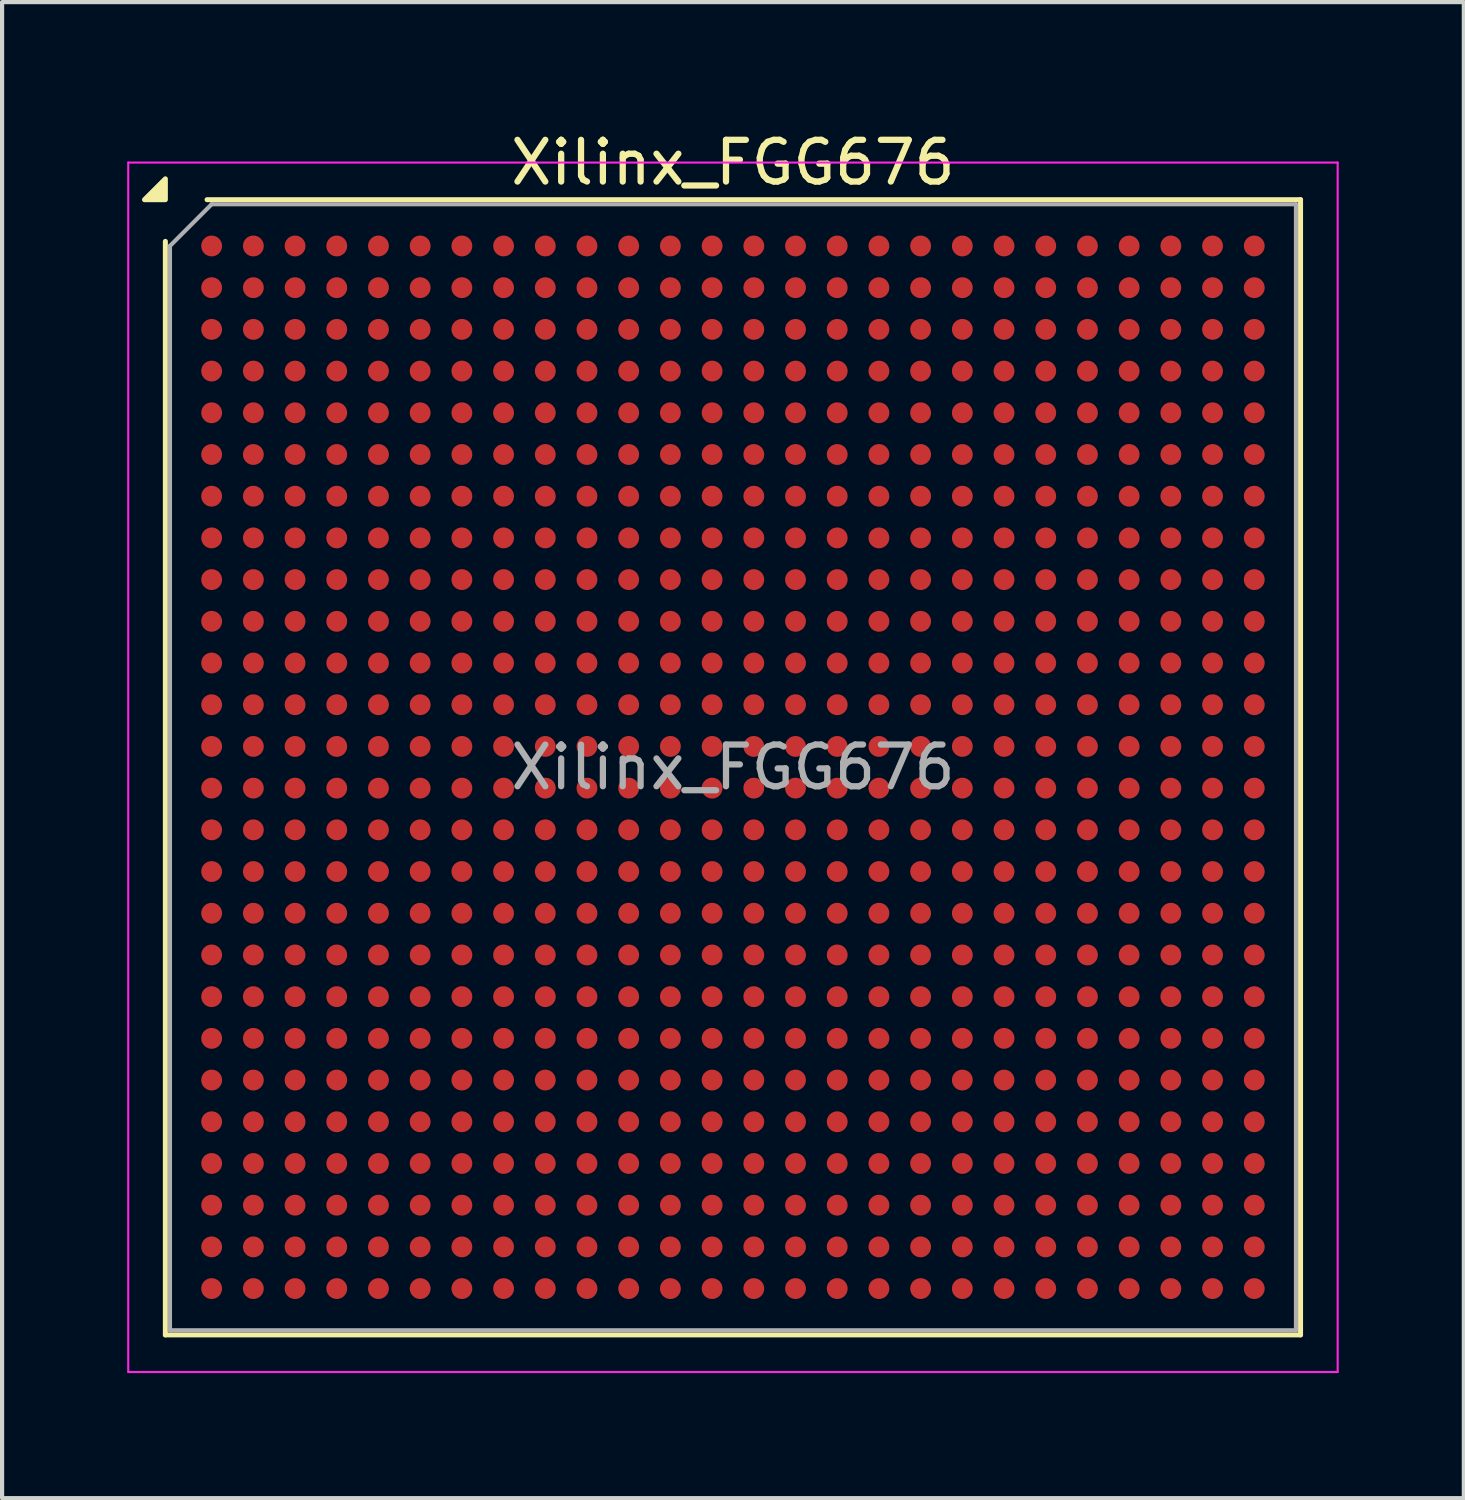
<source format=kicad_pcb>
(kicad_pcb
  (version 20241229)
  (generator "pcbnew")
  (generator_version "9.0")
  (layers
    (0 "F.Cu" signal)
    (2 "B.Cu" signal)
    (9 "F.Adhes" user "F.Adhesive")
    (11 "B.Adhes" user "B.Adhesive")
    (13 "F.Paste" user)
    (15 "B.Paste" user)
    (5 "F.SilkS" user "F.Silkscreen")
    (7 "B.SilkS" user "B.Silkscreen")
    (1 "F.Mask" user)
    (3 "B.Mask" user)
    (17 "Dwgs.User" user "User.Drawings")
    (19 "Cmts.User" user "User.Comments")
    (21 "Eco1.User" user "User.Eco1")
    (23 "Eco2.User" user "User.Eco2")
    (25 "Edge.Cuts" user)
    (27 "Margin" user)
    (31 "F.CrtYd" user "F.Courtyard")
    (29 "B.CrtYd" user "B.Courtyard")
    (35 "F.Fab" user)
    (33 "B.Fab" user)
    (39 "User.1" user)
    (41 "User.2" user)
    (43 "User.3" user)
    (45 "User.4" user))
  (footprint "Xilinx_FGG676"
    (layer "F.Cu")
    (at 14.525 15.348)
    (property "Reference" "Xilinx_FGG676" (at 0 -14.5 0) (layer "F.SilkS") (effects (font (size 1 1) (thickness 0.15))))
    (attr smd)
    (fp_line (start -13.61 13.61) (end -13.61 -12.61) (stroke (width 0.12) (type solid)) (layer "F.SilkS"))
    (fp_line (start -12.61 -13.61) (end 13.61 -13.61) (stroke (width 0.12) (type solid)) (layer "F.SilkS"))
    (fp_line (start 13.61 -13.61) (end 13.61 13.61) (stroke (width 0.12) (type solid)) (layer "F.SilkS"))
    (fp_line (start 13.61 13.61) (end -13.61 13.61) (stroke (width 0.12) (type solid)) (layer "F.SilkS"))
    (fp_poly (pts (xy -13.61 -13.61) (xy -14.11 -13.61) (xy -13.61 -14.11) (xy -13.61 -13.61)) (stroke (width 0.12) (type solid)) (fill yes) (layer "F.SilkS"))
    (fp_line (start -14.5 -14.5) (end -14.5 14.5) (stroke (width 0.05) (type solid)) (layer "F.CrtYd"))
    (fp_line (start -14.5 14.5) (end 14.5 14.5) (stroke (width 0.05) (type solid)) (layer "F.CrtYd"))
    (fp_line (start 14.5 -14.5) (end -14.5 -14.5) (stroke (width 0.05) (type solid)) (layer "F.CrtYd"))
    (fp_line (start 14.5 14.5) (end 14.5 -14.5) (stroke (width 0.05) (type solid)) (layer "F.CrtYd"))
    (fp_line (start -13.5 -12.5) (end -12.5 -13.5) (stroke (width 0.1) (type solid)) (layer "F.Fab"))
    (fp_line (start -13.5 13.5) (end -13.5 -12.5) (stroke (width 0.1) (type solid)) (layer "F.Fab"))
    (fp_line (start -12.5 -13.5) (end 13.5 -13.5) (stroke (width 0.1) (type solid)) (layer "F.Fab"))
    (fp_line (start 13.5 -13.5) (end 13.5 13.5) (stroke (width 0.1) (type solid)) (layer "F.Fab"))
    (fp_line (start 13.5 13.5) (end -13.5 13.5) (stroke (width 0.1) (type solid)) (layer "F.Fab"))
    (fp_text user "${REFERENCE}" (at 0 0 0) (layer "F.Fab") (effects (font (size 1 1) (thickness 0.15))))
    (pad "A1" smd circle (at -12.5 -12.5) (size 0.5 0.5) (property pad_prop_bga) (layers "F.Cu" "F.Mask" "F.Paste"))
    (pad "A2" smd circle (at -11.5 -12.5) (size 0.5 0.5) (property pad_prop_bga) (layers "F.Cu" "F.Mask" "F.Paste"))
    (pad "A3" smd circle (at -10.5 -12.5) (size 0.5 0.5) (property pad_prop_bga) (layers "F.Cu" "F.Mask" "F.Paste"))
    (pad "A4" smd circle (at -9.5 -12.5) (size 0.5 0.5) (property pad_prop_bga) (layers "F.Cu" "F.Mask" "F.Paste"))
    (pad "A5" smd circle (at -8.5 -12.5) (size 0.5 0.5) (property pad_prop_bga) (layers "F.Cu" "F.Mask" "F.Paste"))
    (pad "A6" smd circle (at -7.5 -12.5) (size 0.5 0.5) (property pad_prop_bga) (layers "F.Cu" "F.Mask" "F.Paste"))
    (pad "A7" smd circle (at -6.5 -12.5) (size 0.5 0.5) (property pad_prop_bga) (layers "F.Cu" "F.Mask" "F.Paste"))
    (pad "A8" smd circle (at -5.5 -12.5) (size 0.5 0.5) (property pad_prop_bga) (layers "F.Cu" "F.Mask" "F.Paste"))
    (pad "A9" smd circle (at -4.5 -12.5) (size 0.5 0.5) (property pad_prop_bga) (layers "F.Cu" "F.Mask" "F.Paste"))
    (pad "A10" smd circle (at -3.5 -12.5) (size 0.5 0.5) (property pad_prop_bga) (layers "F.Cu" "F.Mask" "F.Paste"))
    (pad "A11" smd circle (at -2.5 -12.5) (size 0.5 0.5) (property pad_prop_bga) (layers "F.Cu" "F.Mask" "F.Paste"))
    (pad "A12" smd circle (at -1.5 -12.5) (size 0.5 0.5) (property pad_prop_bga) (layers "F.Cu" "F.Mask" "F.Paste"))
    (pad "A13" smd circle (at -0.5 -12.5) (size 0.5 0.5) (property pad_prop_bga) (layers "F.Cu" "F.Mask" "F.Paste"))
    (pad "A14" smd circle (at 0.5 -12.5) (size 0.5 0.5) (property pad_prop_bga) (layers "F.Cu" "F.Mask" "F.Paste"))
    (pad "A15" smd circle (at 1.5 -12.5) (size 0.5 0.5) (property pad_prop_bga) (layers "F.Cu" "F.Mask" "F.Paste"))
    (pad "A16" smd circle (at 2.5 -12.5) (size 0.5 0.5) (property pad_prop_bga) (layers "F.Cu" "F.Mask" "F.Paste"))
    (pad "A17" smd circle (at 3.5 -12.5) (size 0.5 0.5) (property pad_prop_bga) (layers "F.Cu" "F.Mask" "F.Paste"))
    (pad "A18" smd circle (at 4.5 -12.5) (size 0.5 0.5) (property pad_prop_bga) (layers "F.Cu" "F.Mask" "F.Paste"))
    (pad "A19" smd circle (at 5.5 -12.5) (size 0.5 0.5) (property pad_prop_bga) (layers "F.Cu" "F.Mask" "F.Paste"))
    (pad "A20" smd circle (at 6.5 -12.5) (size 0.5 0.5) (property pad_prop_bga) (layers "F.Cu" "F.Mask" "F.Paste"))
    (pad "A21" smd circle (at 7.5 -12.5) (size 0.5 0.5) (property pad_prop_bga) (layers "F.Cu" "F.Mask" "F.Paste"))
    (pad "A22" smd circle (at 8.5 -12.5) (size 0.5 0.5) (property pad_prop_bga) (layers "F.Cu" "F.Mask" "F.Paste"))
    (pad "A23" smd circle (at 9.5 -12.5) (size 0.5 0.5) (property pad_prop_bga) (layers "F.Cu" "F.Mask" "F.Paste"))
    (pad "A24" smd circle (at 10.5 -12.5) (size 0.5 0.5) (property pad_prop_bga) (layers "F.Cu" "F.Mask" "F.Paste"))
    (pad "A25" smd circle (at 11.5 -12.5) (size 0.5 0.5) (property pad_prop_bga) (layers "F.Cu" "F.Mask" "F.Paste"))
    (pad "A26" smd circle (at 12.5 -12.5) (size 0.5 0.5) (property pad_prop_bga) (layers "F.Cu" "F.Mask" "F.Paste"))
    (pad "AA1" smd circle (at -12.5 7.5) (size 0.5 0.5) (property pad_prop_bga) (layers "F.Cu" "F.Mask" "F.Paste"))
    (pad "AA2" smd circle (at -11.5 7.5) (size 0.5 0.5) (property pad_prop_bga) (layers "F.Cu" "F.Mask" "F.Paste"))
    (pad "AA3" smd circle (at -10.5 7.5) (size 0.5 0.5) (property pad_prop_bga) (layers "F.Cu" "F.Mask" "F.Paste"))
    (pad "AA4" smd circle (at -9.5 7.5) (size 0.5 0.5) (property pad_prop_bga) (layers "F.Cu" "F.Mask" "F.Paste"))
    (pad "AA5" smd circle (at -8.5 7.5) (size 0.5 0.5) (property pad_prop_bga) (layers "F.Cu" "F.Mask" "F.Paste"))
    (pad "AA6" smd circle (at -7.5 7.5) (size 0.5 0.5) (property pad_prop_bga) (layers "F.Cu" "F.Mask" "F.Paste"))
    (pad "AA7" smd circle (at -6.5 7.5) (size 0.5 0.5) (property pad_prop_bga) (layers "F.Cu" "F.Mask" "F.Paste"))
    (pad "AA8" smd circle (at -5.5 7.5) (size 0.5 0.5) (property pad_prop_bga) (layers "F.Cu" "F.Mask" "F.Paste"))
    (pad "AA9" smd circle (at -4.5 7.5) (size 0.5 0.5) (property pad_prop_bga) (layers "F.Cu" "F.Mask" "F.Paste"))
    (pad "AA10" smd circle (at -3.5 7.5) (size 0.5 0.5) (property pad_prop_bga) (layers "F.Cu" "F.Mask" "F.Paste"))
    (pad "AA11" smd circle (at -2.5 7.5) (size 0.5 0.5) (property pad_prop_bga) (layers "F.Cu" "F.Mask" "F.Paste"))
    (pad "AA12" smd circle (at -1.5 7.5) (size 0.5 0.5) (property pad_prop_bga) (layers "F.Cu" "F.Mask" "F.Paste"))
    (pad "AA13" smd circle (at -0.5 7.5) (size 0.5 0.5) (property pad_prop_bga) (layers "F.Cu" "F.Mask" "F.Paste"))
    (pad "AA14" smd circle (at 0.5 7.5) (size 0.5 0.5) (property pad_prop_bga) (layers "F.Cu" "F.Mask" "F.Paste"))
    (pad "AA15" smd circle (at 1.5 7.5) (size 0.5 0.5) (property pad_prop_bga) (layers "F.Cu" "F.Mask" "F.Paste"))
    (pad "AA16" smd circle (at 2.5 7.5) (size 0.5 0.5) (property pad_prop_bga) (layers "F.Cu" "F.Mask" "F.Paste"))
    (pad "AA17" smd circle (at 3.5 7.5) (size 0.5 0.5) (property pad_prop_bga) (layers "F.Cu" "F.Mask" "F.Paste"))
    (pad "AA18" smd circle (at 4.5 7.5) (size 0.5 0.5) (property pad_prop_bga) (layers "F.Cu" "F.Mask" "F.Paste"))
    (pad "AA19" smd circle (at 5.5 7.5) (size 0.5 0.5) (property pad_prop_bga) (layers "F.Cu" "F.Mask" "F.Paste"))
    (pad "AA20" smd circle (at 6.5 7.5) (size 0.5 0.5) (property pad_prop_bga) (layers "F.Cu" "F.Mask" "F.Paste"))
    (pad "AA21" smd circle (at 7.5 7.5) (size 0.5 0.5) (property pad_prop_bga) (layers "F.Cu" "F.Mask" "F.Paste"))
    (pad "AA22" smd circle (at 8.5 7.5) (size 0.5 0.5) (property pad_prop_bga) (layers "F.Cu" "F.Mask" "F.Paste"))
    (pad "AA23" smd circle (at 9.5 7.5) (size 0.5 0.5) (property pad_prop_bga) (layers "F.Cu" "F.Mask" "F.Paste"))
    (pad "AA24" smd circle (at 10.5 7.5) (size 0.5 0.5) (property pad_prop_bga) (layers "F.Cu" "F.Mask" "F.Paste"))
    (pad "AA25" smd circle (at 11.5 7.5) (size 0.5 0.5) (property pad_prop_bga) (layers "F.Cu" "F.Mask" "F.Paste"))
    (pad "AA26" smd circle (at 12.5 7.5) (size 0.5 0.5) (property pad_prop_bga) (layers "F.Cu" "F.Mask" "F.Paste"))
    (pad "AB1" smd circle (at -12.5 8.5) (size 0.5 0.5) (property pad_prop_bga) (layers "F.Cu" "F.Mask" "F.Paste"))
    (pad "AB2" smd circle (at -11.5 8.5) (size 0.5 0.5) (property pad_prop_bga) (layers "F.Cu" "F.Mask" "F.Paste"))
    (pad "AB3" smd circle (at -10.5 8.5) (size 0.5 0.5) (property pad_prop_bga) (layers "F.Cu" "F.Mask" "F.Paste"))
    (pad "AB4" smd circle (at -9.5 8.5) (size 0.5 0.5) (property pad_prop_bga) (layers "F.Cu" "F.Mask" "F.Paste"))
    (pad "AB5" smd circle (at -8.5 8.5) (size 0.5 0.5) (property pad_prop_bga) (layers "F.Cu" "F.Mask" "F.Paste"))
    (pad "AB6" smd circle (at -7.5 8.5) (size 0.5 0.5) (property pad_prop_bga) (layers "F.Cu" "F.Mask" "F.Paste"))
    (pad "AB7" smd circle (at -6.5 8.5) (size 0.5 0.5) (property pad_prop_bga) (layers "F.Cu" "F.Mask" "F.Paste"))
    (pad "AB8" smd circle (at -5.5 8.5) (size 0.5 0.5) (property pad_prop_bga) (layers "F.Cu" "F.Mask" "F.Paste"))
    (pad "AB9" smd circle (at -4.5 8.5) (size 0.5 0.5) (property pad_prop_bga) (layers "F.Cu" "F.Mask" "F.Paste"))
    (pad "AB10" smd circle (at -3.5 8.5) (size 0.5 0.5) (property pad_prop_bga) (layers "F.Cu" "F.Mask" "F.Paste"))
    (pad "AB11" smd circle (at -2.5 8.5) (size 0.5 0.5) (property pad_prop_bga) (layers "F.Cu" "F.Mask" "F.Paste"))
    (pad "AB12" smd circle (at -1.5 8.5) (size 0.5 0.5) (property pad_prop_bga) (layers "F.Cu" "F.Mask" "F.Paste"))
    (pad "AB13" smd circle (at -0.5 8.5) (size 0.5 0.5) (property pad_prop_bga) (layers "F.Cu" "F.Mask" "F.Paste"))
    (pad "AB14" smd circle (at 0.5 8.5) (size 0.5 0.5) (property pad_prop_bga) (layers "F.Cu" "F.Mask" "F.Paste"))
    (pad "AB15" smd circle (at 1.5 8.5) (size 0.5 0.5) (property pad_prop_bga) (layers "F.Cu" "F.Mask" "F.Paste"))
    (pad "AB16" smd circle (at 2.5 8.5) (size 0.5 0.5) (property pad_prop_bga) (layers "F.Cu" "F.Mask" "F.Paste"))
    (pad "AB17" smd circle (at 3.5 8.5) (size 0.5 0.5) (property pad_prop_bga) (layers "F.Cu" "F.Mask" "F.Paste"))
    (pad "AB18" smd circle (at 4.5 8.5) (size 0.5 0.5) (property pad_prop_bga) (layers "F.Cu" "F.Mask" "F.Paste"))
    (pad "AB19" smd circle (at 5.5 8.5) (size 0.5 0.5) (property pad_prop_bga) (layers "F.Cu" "F.Mask" "F.Paste"))
    (pad "AB20" smd circle (at 6.5 8.5) (size 0.5 0.5) (property pad_prop_bga) (layers "F.Cu" "F.Mask" "F.Paste"))
    (pad "AB21" smd circle (at 7.5 8.5) (size 0.5 0.5) (property pad_prop_bga) (layers "F.Cu" "F.Mask" "F.Paste"))
    (pad "AB22" smd circle (at 8.5 8.5) (size 0.5 0.5) (property pad_prop_bga) (layers "F.Cu" "F.Mask" "F.Paste"))
    (pad "AB23" smd circle (at 9.5 8.5) (size 0.5 0.5) (property pad_prop_bga) (layers "F.Cu" "F.Mask" "F.Paste"))
    (pad "AB24" smd circle (at 10.5 8.5) (size 0.5 0.5) (property pad_prop_bga) (layers "F.Cu" "F.Mask" "F.Paste"))
    (pad "AB25" smd circle (at 11.5 8.5) (size 0.5 0.5) (property pad_prop_bga) (layers "F.Cu" "F.Mask" "F.Paste"))
    (pad "AB26" smd circle (at 12.5 8.5) (size 0.5 0.5) (property pad_prop_bga) (layers "F.Cu" "F.Mask" "F.Paste"))
    (pad "AC1" smd circle (at -12.5 9.5) (size 0.5 0.5) (property pad_prop_bga) (layers "F.Cu" "F.Mask" "F.Paste"))
    (pad "AC2" smd circle (at -11.5 9.5) (size 0.5 0.5) (property pad_prop_bga) (layers "F.Cu" "F.Mask" "F.Paste"))
    (pad "AC3" smd circle (at -10.5 9.5) (size 0.5 0.5) (property pad_prop_bga) (layers "F.Cu" "F.Mask" "F.Paste"))
    (pad "AC4" smd circle (at -9.5 9.5) (size 0.5 0.5) (property pad_prop_bga) (layers "F.Cu" "F.Mask" "F.Paste"))
    (pad "AC5" smd circle (at -8.5 9.5) (size 0.5 0.5) (property pad_prop_bga) (layers "F.Cu" "F.Mask" "F.Paste"))
    (pad "AC6" smd circle (at -7.5 9.5) (size 0.5 0.5) (property pad_prop_bga) (layers "F.Cu" "F.Mask" "F.Paste"))
    (pad "AC7" smd circle (at -6.5 9.5) (size 0.5 0.5) (property pad_prop_bga) (layers "F.Cu" "F.Mask" "F.Paste"))
    (pad "AC8" smd circle (at -5.5 9.5) (size 0.5 0.5) (property pad_prop_bga) (layers "F.Cu" "F.Mask" "F.Paste"))
    (pad "AC9" smd circle (at -4.5 9.5) (size 0.5 0.5) (property pad_prop_bga) (layers "F.Cu" "F.Mask" "F.Paste"))
    (pad "AC10" smd circle (at -3.5 9.5) (size 0.5 0.5) (property pad_prop_bga) (layers "F.Cu" "F.Mask" "F.Paste"))
    (pad "AC11" smd circle (at -2.5 9.5) (size 0.5 0.5) (property pad_prop_bga) (layers "F.Cu" "F.Mask" "F.Paste"))
    (pad "AC12" smd circle (at -1.5 9.5) (size 0.5 0.5) (property pad_prop_bga) (layers "F.Cu" "F.Mask" "F.Paste"))
    (pad "AC13" smd circle (at -0.5 9.5) (size 0.5 0.5) (property pad_prop_bga) (layers "F.Cu" "F.Mask" "F.Paste"))
    (pad "AC14" smd circle (at 0.5 9.5) (size 0.5 0.5) (property pad_prop_bga) (layers "F.Cu" "F.Mask" "F.Paste"))
    (pad "AC15" smd circle (at 1.5 9.5) (size 0.5 0.5) (property pad_prop_bga) (layers "F.Cu" "F.Mask" "F.Paste"))
    (pad "AC16" smd circle (at 2.5 9.5) (size 0.5 0.5) (property pad_prop_bga) (layers "F.Cu" "F.Mask" "F.Paste"))
    (pad "AC17" smd circle (at 3.5 9.5) (size 0.5 0.5) (property pad_prop_bga) (layers "F.Cu" "F.Mask" "F.Paste"))
    (pad "AC18" smd circle (at 4.5 9.5) (size 0.5 0.5) (property pad_prop_bga) (layers "F.Cu" "F.Mask" "F.Paste"))
    (pad "AC19" smd circle (at 5.5 9.5) (size 0.5 0.5) (property pad_prop_bga) (layers "F.Cu" "F.Mask" "F.Paste"))
    (pad "AC20" smd circle (at 6.5 9.5) (size 0.5 0.5) (property pad_prop_bga) (layers "F.Cu" "F.Mask" "F.Paste"))
    (pad "AC21" smd circle (at 7.5 9.5) (size 0.5 0.5) (property pad_prop_bga) (layers "F.Cu" "F.Mask" "F.Paste"))
    (pad "AC22" smd circle (at 8.5 9.5) (size 0.5 0.5) (property pad_prop_bga) (layers "F.Cu" "F.Mask" "F.Paste"))
    (pad "AC23" smd circle (at 9.5 9.5) (size 0.5 0.5) (property pad_prop_bga) (layers "F.Cu" "F.Mask" "F.Paste"))
    (pad "AC24" smd circle (at 10.5 9.5) (size 0.5 0.5) (property pad_prop_bga) (layers "F.Cu" "F.Mask" "F.Paste"))
    (pad "AC25" smd circle (at 11.5 9.5) (size 0.5 0.5) (property pad_prop_bga) (layers "F.Cu" "F.Mask" "F.Paste"))
    (pad "AC26" smd circle (at 12.5 9.5) (size 0.5 0.5) (property pad_prop_bga) (layers "F.Cu" "F.Mask" "F.Paste"))
    (pad "AD1" smd circle (at -12.5 10.5) (size 0.5 0.5) (property pad_prop_bga) (layers "F.Cu" "F.Mask" "F.Paste"))
    (pad "AD2" smd circle (at -11.5 10.5) (size 0.5 0.5) (property pad_prop_bga) (layers "F.Cu" "F.Mask" "F.Paste"))
    (pad "AD3" smd circle (at -10.5 10.5) (size 0.5 0.5) (property pad_prop_bga) (layers "F.Cu" "F.Mask" "F.Paste"))
    (pad "AD4" smd circle (at -9.5 10.5) (size 0.5 0.5) (property pad_prop_bga) (layers "F.Cu" "F.Mask" "F.Paste"))
    (pad "AD5" smd circle (at -8.5 10.5) (size 0.5 0.5) (property pad_prop_bga) (layers "F.Cu" "F.Mask" "F.Paste"))
    (pad "AD6" smd circle (at -7.5 10.5) (size 0.5 0.5) (property pad_prop_bga) (layers "F.Cu" "F.Mask" "F.Paste"))
    (pad "AD7" smd circle (at -6.5 10.5) (size 0.5 0.5) (property pad_prop_bga) (layers "F.Cu" "F.Mask" "F.Paste"))
    (pad "AD8" smd circle (at -5.5 10.5) (size 0.5 0.5) (property pad_prop_bga) (layers "F.Cu" "F.Mask" "F.Paste"))
    (pad "AD9" smd circle (at -4.5 10.5) (size 0.5 0.5) (property pad_prop_bga) (layers "F.Cu" "F.Mask" "F.Paste"))
    (pad "AD10" smd circle (at -3.5 10.5) (size 0.5 0.5) (property pad_prop_bga) (layers "F.Cu" "F.Mask" "F.Paste"))
    (pad "AD11" smd circle (at -2.5 10.5) (size 0.5 0.5) (property pad_prop_bga) (layers "F.Cu" "F.Mask" "F.Paste"))
    (pad "AD12" smd circle (at -1.5 10.5) (size 0.5 0.5) (property pad_prop_bga) (layers "F.Cu" "F.Mask" "F.Paste"))
    (pad "AD13" smd circle (at -0.5 10.5) (size 0.5 0.5) (property pad_prop_bga) (layers "F.Cu" "F.Mask" "F.Paste"))
    (pad "AD14" smd circle (at 0.5 10.5) (size 0.5 0.5) (property pad_prop_bga) (layers "F.Cu" "F.Mask" "F.Paste"))
    (pad "AD15" smd circle (at 1.5 10.5) (size 0.5 0.5) (property pad_prop_bga) (layers "F.Cu" "F.Mask" "F.Paste"))
    (pad "AD16" smd circle (at 2.5 10.5) (size 0.5 0.5) (property pad_prop_bga) (layers "F.Cu" "F.Mask" "F.Paste"))
    (pad "AD17" smd circle (at 3.5 10.5) (size 0.5 0.5) (property pad_prop_bga) (layers "F.Cu" "F.Mask" "F.Paste"))
    (pad "AD18" smd circle (at 4.5 10.5) (size 0.5 0.5) (property pad_prop_bga) (layers "F.Cu" "F.Mask" "F.Paste"))
    (pad "AD19" smd circle (at 5.5 10.5) (size 0.5 0.5) (property pad_prop_bga) (layers "F.Cu" "F.Mask" "F.Paste"))
    (pad "AD20" smd circle (at 6.5 10.5) (size 0.5 0.5) (property pad_prop_bga) (layers "F.Cu" "F.Mask" "F.Paste"))
    (pad "AD21" smd circle (at 7.5 10.5) (size 0.5 0.5) (property pad_prop_bga) (layers "F.Cu" "F.Mask" "F.Paste"))
    (pad "AD22" smd circle (at 8.5 10.5) (size 0.5 0.5) (property pad_prop_bga) (layers "F.Cu" "F.Mask" "F.Paste"))
    (pad "AD23" smd circle (at 9.5 10.5) (size 0.5 0.5) (property pad_prop_bga) (layers "F.Cu" "F.Mask" "F.Paste"))
    (pad "AD24" smd circle (at 10.5 10.5) (size 0.5 0.5) (property pad_prop_bga) (layers "F.Cu" "F.Mask" "F.Paste"))
    (pad "AD25" smd circle (at 11.5 10.5) (size 0.5 0.5) (property pad_prop_bga) (layers "F.Cu" "F.Mask" "F.Paste"))
    (pad "AD26" smd circle (at 12.5 10.5) (size 0.5 0.5) (property pad_prop_bga) (layers "F.Cu" "F.Mask" "F.Paste"))
    (pad "AE1" smd circle (at -12.5 11.5) (size 0.5 0.5) (property pad_prop_bga) (layers "F.Cu" "F.Mask" "F.Paste"))
    (pad "AE2" smd circle (at -11.5 11.5) (size 0.5 0.5) (property pad_prop_bga) (layers "F.Cu" "F.Mask" "F.Paste"))
    (pad "AE3" smd circle (at -10.5 11.5) (size 0.5 0.5) (property pad_prop_bga) (layers "F.Cu" "F.Mask" "F.Paste"))
    (pad "AE4" smd circle (at -9.5 11.5) (size 0.5 0.5) (property pad_prop_bga) (layers "F.Cu" "F.Mask" "F.Paste"))
    (pad "AE5" smd circle (at -8.5 11.5) (size 0.5 0.5) (property pad_prop_bga) (layers "F.Cu" "F.Mask" "F.Paste"))
    (pad "AE6" smd circle (at -7.5 11.5) (size 0.5 0.5) (property pad_prop_bga) (layers "F.Cu" "F.Mask" "F.Paste"))
    (pad "AE7" smd circle (at -6.5 11.5) (size 0.5 0.5) (property pad_prop_bga) (layers "F.Cu" "F.Mask" "F.Paste"))
    (pad "AE8" smd circle (at -5.5 11.5) (size 0.5 0.5) (property pad_prop_bga) (layers "F.Cu" "F.Mask" "F.Paste"))
    (pad "AE9" smd circle (at -4.5 11.5) (size 0.5 0.5) (property pad_prop_bga) (layers "F.Cu" "F.Mask" "F.Paste"))
    (pad "AE10" smd circle (at -3.5 11.5) (size 0.5 0.5) (property pad_prop_bga) (layers "F.Cu" "F.Mask" "F.Paste"))
    (pad "AE11" smd circle (at -2.5 11.5) (size 0.5 0.5) (property pad_prop_bga) (layers "F.Cu" "F.Mask" "F.Paste"))
    (pad "AE12" smd circle (at -1.5 11.5) (size 0.5 0.5) (property pad_prop_bga) (layers "F.Cu" "F.Mask" "F.Paste"))
    (pad "AE13" smd circle (at -0.5 11.5) (size 0.5 0.5) (property pad_prop_bga) (layers "F.Cu" "F.Mask" "F.Paste"))
    (pad "AE14" smd circle (at 0.5 11.5) (size 0.5 0.5) (property pad_prop_bga) (layers "F.Cu" "F.Mask" "F.Paste"))
    (pad "AE15" smd circle (at 1.5 11.5) (size 0.5 0.5) (property pad_prop_bga) (layers "F.Cu" "F.Mask" "F.Paste"))
    (pad "AE16" smd circle (at 2.5 11.5) (size 0.5 0.5) (property pad_prop_bga) (layers "F.Cu" "F.Mask" "F.Paste"))
    (pad "AE17" smd circle (at 3.5 11.5) (size 0.5 0.5) (property pad_prop_bga) (layers "F.Cu" "F.Mask" "F.Paste"))
    (pad "AE18" smd circle (at 4.5 11.5) (size 0.5 0.5) (property pad_prop_bga) (layers "F.Cu" "F.Mask" "F.Paste"))
    (pad "AE19" smd circle (at 5.5 11.5) (size 0.5 0.5) (property pad_prop_bga) (layers "F.Cu" "F.Mask" "F.Paste"))
    (pad "AE20" smd circle (at 6.5 11.5) (size 0.5 0.5) (property pad_prop_bga) (layers "F.Cu" "F.Mask" "F.Paste"))
    (pad "AE21" smd circle (at 7.5 11.5) (size 0.5 0.5) (property pad_prop_bga) (layers "F.Cu" "F.Mask" "F.Paste"))
    (pad "AE22" smd circle (at 8.5 11.5) (size 0.5 0.5) (property pad_prop_bga) (layers "F.Cu" "F.Mask" "F.Paste"))
    (pad "AE23" smd circle (at 9.5 11.5) (size 0.5 0.5) (property pad_prop_bga) (layers "F.Cu" "F.Mask" "F.Paste"))
    (pad "AE24" smd circle (at 10.5 11.5) (size 0.5 0.5) (property pad_prop_bga) (layers "F.Cu" "F.Mask" "F.Paste"))
    (pad "AE25" smd circle (at 11.5 11.5) (size 0.5 0.5) (property pad_prop_bga) (layers "F.Cu" "F.Mask" "F.Paste"))
    (pad "AE26" smd circle (at 12.5 11.5) (size 0.5 0.5) (property pad_prop_bga) (layers "F.Cu" "F.Mask" "F.Paste"))
    (pad "AF1" smd circle (at -12.5 12.5) (size 0.5 0.5) (property pad_prop_bga) (layers "F.Cu" "F.Mask" "F.Paste"))
    (pad "AF2" smd circle (at -11.5 12.5) (size 0.5 0.5) (property pad_prop_bga) (layers "F.Cu" "F.Mask" "F.Paste"))
    (pad "AF3" smd circle (at -10.5 12.5) (size 0.5 0.5) (property pad_prop_bga) (layers "F.Cu" "F.Mask" "F.Paste"))
    (pad "AF4" smd circle (at -9.5 12.5) (size 0.5 0.5) (property pad_prop_bga) (layers "F.Cu" "F.Mask" "F.Paste"))
    (pad "AF5" smd circle (at -8.5 12.5) (size 0.5 0.5) (property pad_prop_bga) (layers "F.Cu" "F.Mask" "F.Paste"))
    (pad "AF6" smd circle (at -7.5 12.5) (size 0.5 0.5) (property pad_prop_bga) (layers "F.Cu" "F.Mask" "F.Paste"))
    (pad "AF7" smd circle (at -6.5 12.5) (size 0.5 0.5) (property pad_prop_bga) (layers "F.Cu" "F.Mask" "F.Paste"))
    (pad "AF8" smd circle (at -5.5 12.5) (size 0.5 0.5) (property pad_prop_bga) (layers "F.Cu" "F.Mask" "F.Paste"))
    (pad "AF9" smd circle (at -4.5 12.5) (size 0.5 0.5) (property pad_prop_bga) (layers "F.Cu" "F.Mask" "F.Paste"))
    (pad "AF10" smd circle (at -3.5 12.5) (size 0.5 0.5) (property pad_prop_bga) (layers "F.Cu" "F.Mask" "F.Paste"))
    (pad "AF11" smd circle (at -2.5 12.5) (size 0.5 0.5) (property pad_prop_bga) (layers "F.Cu" "F.Mask" "F.Paste"))
    (pad "AF12" smd circle (at -1.5 12.5) (size 0.5 0.5) (property pad_prop_bga) (layers "F.Cu" "F.Mask" "F.Paste"))
    (pad "AF13" smd circle (at -0.5 12.5) (size 0.5 0.5) (property pad_prop_bga) (layers "F.Cu" "F.Mask" "F.Paste"))
    (pad "AF14" smd circle (at 0.5 12.5) (size 0.5 0.5) (property pad_prop_bga) (layers "F.Cu" "F.Mask" "F.Paste"))
    (pad "AF15" smd circle (at 1.5 12.5) (size 0.5 0.5) (property pad_prop_bga) (layers "F.Cu" "F.Mask" "F.Paste"))
    (pad "AF16" smd circle (at 2.5 12.5) (size 0.5 0.5) (property pad_prop_bga) (layers "F.Cu" "F.Mask" "F.Paste"))
    (pad "AF17" smd circle (at 3.5 12.5) (size 0.5 0.5) (property pad_prop_bga) (layers "F.Cu" "F.Mask" "F.Paste"))
    (pad "AF18" smd circle (at 4.5 12.5) (size 0.5 0.5) (property pad_prop_bga) (layers "F.Cu" "F.Mask" "F.Paste"))
    (pad "AF19" smd circle (at 5.5 12.5) (size 0.5 0.5) (property pad_prop_bga) (layers "F.Cu" "F.Mask" "F.Paste"))
    (pad "AF20" smd circle (at 6.5 12.5) (size 0.5 0.5) (property pad_prop_bga) (layers "F.Cu" "F.Mask" "F.Paste"))
    (pad "AF21" smd circle (at 7.5 12.5) (size 0.5 0.5) (property pad_prop_bga) (layers "F.Cu" "F.Mask" "F.Paste"))
    (pad "AF22" smd circle (at 8.5 12.5) (size 0.5 0.5) (property pad_prop_bga) (layers "F.Cu" "F.Mask" "F.Paste"))
    (pad "AF23" smd circle (at 9.5 12.5) (size 0.5 0.5) (property pad_prop_bga) (layers "F.Cu" "F.Mask" "F.Paste"))
    (pad "AF24" smd circle (at 10.5 12.5) (size 0.5 0.5) (property pad_prop_bga) (layers "F.Cu" "F.Mask" "F.Paste"))
    (pad "AF25" smd circle (at 11.5 12.5) (size 0.5 0.5) (property pad_prop_bga) (layers "F.Cu" "F.Mask" "F.Paste"))
    (pad "AF26" smd circle (at 12.5 12.5) (size 0.5 0.5) (property pad_prop_bga) (layers "F.Cu" "F.Mask" "F.Paste"))
    (pad "B1" smd circle (at -12.5 -11.5) (size 0.5 0.5) (property pad_prop_bga) (layers "F.Cu" "F.Mask" "F.Paste"))
    (pad "B2" smd circle (at -11.5 -11.5) (size 0.5 0.5) (property pad_prop_bga) (layers "F.Cu" "F.Mask" "F.Paste"))
    (pad "B3" smd circle (at -10.5 -11.5) (size 0.5 0.5) (property pad_prop_bga) (layers "F.Cu" "F.Mask" "F.Paste"))
    (pad "B4" smd circle (at -9.5 -11.5) (size 0.5 0.5) (property pad_prop_bga) (layers "F.Cu" "F.Mask" "F.Paste"))
    (pad "B5" smd circle (at -8.5 -11.5) (size 0.5 0.5) (property pad_prop_bga) (layers "F.Cu" "F.Mask" "F.Paste"))
    (pad "B6" smd circle (at -7.5 -11.5) (size 0.5 0.5) (property pad_prop_bga) (layers "F.Cu" "F.Mask" "F.Paste"))
    (pad "B7" smd circle (at -6.5 -11.5) (size 0.5 0.5) (property pad_prop_bga) (layers "F.Cu" "F.Mask" "F.Paste"))
    (pad "B8" smd circle (at -5.5 -11.5) (size 0.5 0.5) (property pad_prop_bga) (layers "F.Cu" "F.Mask" "F.Paste"))
    (pad "B9" smd circle (at -4.5 -11.5) (size 0.5 0.5) (property pad_prop_bga) (layers "F.Cu" "F.Mask" "F.Paste"))
    (pad "B10" smd circle (at -3.5 -11.5) (size 0.5 0.5) (property pad_prop_bga) (layers "F.Cu" "F.Mask" "F.Paste"))
    (pad "B11" smd circle (at -2.5 -11.5) (size 0.5 0.5) (property pad_prop_bga) (layers "F.Cu" "F.Mask" "F.Paste"))
    (pad "B12" smd circle (at -1.5 -11.5) (size 0.5 0.5) (property pad_prop_bga) (layers "F.Cu" "F.Mask" "F.Paste"))
    (pad "B13" smd circle (at -0.5 -11.5) (size 0.5 0.5) (property pad_prop_bga) (layers "F.Cu" "F.Mask" "F.Paste"))
    (pad "B14" smd circle (at 0.5 -11.5) (size 0.5 0.5) (property pad_prop_bga) (layers "F.Cu" "F.Mask" "F.Paste"))
    (pad "B15" smd circle (at 1.5 -11.5) (size 0.5 0.5) (property pad_prop_bga) (layers "F.Cu" "F.Mask" "F.Paste"))
    (pad "B16" smd circle (at 2.5 -11.5) (size 0.5 0.5) (property pad_prop_bga) (layers "F.Cu" "F.Mask" "F.Paste"))
    (pad "B17" smd circle (at 3.5 -11.5) (size 0.5 0.5) (property pad_prop_bga) (layers "F.Cu" "F.Mask" "F.Paste"))
    (pad "B18" smd circle (at 4.5 -11.5) (size 0.5 0.5) (property pad_prop_bga) (layers "F.Cu" "F.Mask" "F.Paste"))
    (pad "B19" smd circle (at 5.5 -11.5) (size 0.5 0.5) (property pad_prop_bga) (layers "F.Cu" "F.Mask" "F.Paste"))
    (pad "B20" smd circle (at 6.5 -11.5) (size 0.5 0.5) (property pad_prop_bga) (layers "F.Cu" "F.Mask" "F.Paste"))
    (pad "B21" smd circle (at 7.5 -11.5) (size 0.5 0.5) (property pad_prop_bga) (layers "F.Cu" "F.Mask" "F.Paste"))
    (pad "B22" smd circle (at 8.5 -11.5) (size 0.5 0.5) (property pad_prop_bga) (layers "F.Cu" "F.Mask" "F.Paste"))
    (pad "B23" smd circle (at 9.5 -11.5) (size 0.5 0.5) (property pad_prop_bga) (layers "F.Cu" "F.Mask" "F.Paste"))
    (pad "B24" smd circle (at 10.5 -11.5) (size 0.5 0.5) (property pad_prop_bga) (layers "F.Cu" "F.Mask" "F.Paste"))
    (pad "B25" smd circle (at 11.5 -11.5) (size 0.5 0.5) (property pad_prop_bga) (layers "F.Cu" "F.Mask" "F.Paste"))
    (pad "B26" smd circle (at 12.5 -11.5) (size 0.5 0.5) (property pad_prop_bga) (layers "F.Cu" "F.Mask" "F.Paste"))
    (pad "C1" smd circle (at -12.5 -10.5) (size 0.5 0.5) (property pad_prop_bga) (layers "F.Cu" "F.Mask" "F.Paste"))
    (pad "C2" smd circle (at -11.5 -10.5) (size 0.5 0.5) (property pad_prop_bga) (layers "F.Cu" "F.Mask" "F.Paste"))
    (pad "C3" smd circle (at -10.5 -10.5) (size 0.5 0.5) (property pad_prop_bga) (layers "F.Cu" "F.Mask" "F.Paste"))
    (pad "C4" smd circle (at -9.5 -10.5) (size 0.5 0.5) (property pad_prop_bga) (layers "F.Cu" "F.Mask" "F.Paste"))
    (pad "C5" smd circle (at -8.5 -10.5) (size 0.5 0.5) (property pad_prop_bga) (layers "F.Cu" "F.Mask" "F.Paste"))
    (pad "C6" smd circle (at -7.5 -10.5) (size 0.5 0.5) (property pad_prop_bga) (layers "F.Cu" "F.Mask" "F.Paste"))
    (pad "C7" smd circle (at -6.5 -10.5) (size 0.5 0.5) (property pad_prop_bga) (layers "F.Cu" "F.Mask" "F.Paste"))
    (pad "C8" smd circle (at -5.5 -10.5) (size 0.5 0.5) (property pad_prop_bga) (layers "F.Cu" "F.Mask" "F.Paste"))
    (pad "C9" smd circle (at -4.5 -10.5) (size 0.5 0.5) (property pad_prop_bga) (layers "F.Cu" "F.Mask" "F.Paste"))
    (pad "C10" smd circle (at -3.5 -10.5) (size 0.5 0.5) (property pad_prop_bga) (layers "F.Cu" "F.Mask" "F.Paste"))
    (pad "C11" smd circle (at -2.5 -10.5) (size 0.5 0.5) (property pad_prop_bga) (layers "F.Cu" "F.Mask" "F.Paste"))
    (pad "C12" smd circle (at -1.5 -10.5) (size 0.5 0.5) (property pad_prop_bga) (layers "F.Cu" "F.Mask" "F.Paste"))
    (pad "C13" smd circle (at -0.5 -10.5) (size 0.5 0.5) (property pad_prop_bga) (layers "F.Cu" "F.Mask" "F.Paste"))
    (pad "C14" smd circle (at 0.5 -10.5) (size 0.5 0.5) (property pad_prop_bga) (layers "F.Cu" "F.Mask" "F.Paste"))
    (pad "C15" smd circle (at 1.5 -10.5) (size 0.5 0.5) (property pad_prop_bga) (layers "F.Cu" "F.Mask" "F.Paste"))
    (pad "C16" smd circle (at 2.5 -10.5) (size 0.5 0.5) (property pad_prop_bga) (layers "F.Cu" "F.Mask" "F.Paste"))
    (pad "C17" smd circle (at 3.5 -10.5) (size 0.5 0.5) (property pad_prop_bga) (layers "F.Cu" "F.Mask" "F.Paste"))
    (pad "C18" smd circle (at 4.5 -10.5) (size 0.5 0.5) (property pad_prop_bga) (layers "F.Cu" "F.Mask" "F.Paste"))
    (pad "C19" smd circle (at 5.5 -10.5) (size 0.5 0.5) (property pad_prop_bga) (layers "F.Cu" "F.Mask" "F.Paste"))
    (pad "C20" smd circle (at 6.5 -10.5) (size 0.5 0.5) (property pad_prop_bga) (layers "F.Cu" "F.Mask" "F.Paste"))
    (pad "C21" smd circle (at 7.5 -10.5) (size 0.5 0.5) (property pad_prop_bga) (layers "F.Cu" "F.Mask" "F.Paste"))
    (pad "C22" smd circle (at 8.5 -10.5) (size 0.5 0.5) (property pad_prop_bga) (layers "F.Cu" "F.Mask" "F.Paste"))
    (pad "C23" smd circle (at 9.5 -10.5) (size 0.5 0.5) (property pad_prop_bga) (layers "F.Cu" "F.Mask" "F.Paste"))
    (pad "C24" smd circle (at 10.5 -10.5) (size 0.5 0.5) (property pad_prop_bga) (layers "F.Cu" "F.Mask" "F.Paste"))
    (pad "C25" smd circle (at 11.5 -10.5) (size 0.5 0.5) (property pad_prop_bga) (layers "F.Cu" "F.Mask" "F.Paste"))
    (pad "C26" smd circle (at 12.5 -10.5) (size 0.5 0.5) (property pad_prop_bga) (layers "F.Cu" "F.Mask" "F.Paste"))
    (pad "D1" smd circle (at -12.5 -9.5) (size 0.5 0.5) (property pad_prop_bga) (layers "F.Cu" "F.Mask" "F.Paste"))
    (pad "D2" smd circle (at -11.5 -9.5) (size 0.5 0.5) (property pad_prop_bga) (layers "F.Cu" "F.Mask" "F.Paste"))
    (pad "D3" smd circle (at -10.5 -9.5) (size 0.5 0.5) (property pad_prop_bga) (layers "F.Cu" "F.Mask" "F.Paste"))
    (pad "D4" smd circle (at -9.5 -9.5) (size 0.5 0.5) (property pad_prop_bga) (layers "F.Cu" "F.Mask" "F.Paste"))
    (pad "D5" smd circle (at -8.5 -9.5) (size 0.5 0.5) (property pad_prop_bga) (layers "F.Cu" "F.Mask" "F.Paste"))
    (pad "D6" smd circle (at -7.5 -9.5) (size 0.5 0.5) (property pad_prop_bga) (layers "F.Cu" "F.Mask" "F.Paste"))
    (pad "D7" smd circle (at -6.5 -9.5) (size 0.5 0.5) (property pad_prop_bga) (layers "F.Cu" "F.Mask" "F.Paste"))
    (pad "D8" smd circle (at -5.5 -9.5) (size 0.5 0.5) (property pad_prop_bga) (layers "F.Cu" "F.Mask" "F.Paste"))
    (pad "D9" smd circle (at -4.5 -9.5) (size 0.5 0.5) (property pad_prop_bga) (layers "F.Cu" "F.Mask" "F.Paste"))
    (pad "D10" smd circle (at -3.5 -9.5) (size 0.5 0.5) (property pad_prop_bga) (layers "F.Cu" "F.Mask" "F.Paste"))
    (pad "D11" smd circle (at -2.5 -9.5) (size 0.5 0.5) (property pad_prop_bga) (layers "F.Cu" "F.Mask" "F.Paste"))
    (pad "D12" smd circle (at -1.5 -9.5) (size 0.5 0.5) (property pad_prop_bga) (layers "F.Cu" "F.Mask" "F.Paste"))
    (pad "D13" smd circle (at -0.5 -9.5) (size 0.5 0.5) (property pad_prop_bga) (layers "F.Cu" "F.Mask" "F.Paste"))
    (pad "D14" smd circle (at 0.5 -9.5) (size 0.5 0.5) (property pad_prop_bga) (layers "F.Cu" "F.Mask" "F.Paste"))
    (pad "D15" smd circle (at 1.5 -9.5) (size 0.5 0.5) (property pad_prop_bga) (layers "F.Cu" "F.Mask" "F.Paste"))
    (pad "D16" smd circle (at 2.5 -9.5) (size 0.5 0.5) (property pad_prop_bga) (layers "F.Cu" "F.Mask" "F.Paste"))
    (pad "D17" smd circle (at 3.5 -9.5) (size 0.5 0.5) (property pad_prop_bga) (layers "F.Cu" "F.Mask" "F.Paste"))
    (pad "D18" smd circle (at 4.5 -9.5) (size 0.5 0.5) (property pad_prop_bga) (layers "F.Cu" "F.Mask" "F.Paste"))
    (pad "D19" smd circle (at 5.5 -9.5) (size 0.5 0.5) (property pad_prop_bga) (layers "F.Cu" "F.Mask" "F.Paste"))
    (pad "D20" smd circle (at 6.5 -9.5) (size 0.5 0.5) (property pad_prop_bga) (layers "F.Cu" "F.Mask" "F.Paste"))
    (pad "D21" smd circle (at 7.5 -9.5) (size 0.5 0.5) (property pad_prop_bga) (layers "F.Cu" "F.Mask" "F.Paste"))
    (pad "D22" smd circle (at 8.5 -9.5) (size 0.5 0.5) (property pad_prop_bga) (layers "F.Cu" "F.Mask" "F.Paste"))
    (pad "D23" smd circle (at 9.5 -9.5) (size 0.5 0.5) (property pad_prop_bga) (layers "F.Cu" "F.Mask" "F.Paste"))
    (pad "D24" smd circle (at 10.5 -9.5) (size 0.5 0.5) (property pad_prop_bga) (layers "F.Cu" "F.Mask" "F.Paste"))
    (pad "D25" smd circle (at 11.5 -9.5) (size 0.5 0.5) (property pad_prop_bga) (layers "F.Cu" "F.Mask" "F.Paste"))
    (pad "D26" smd circle (at 12.5 -9.5) (size 0.5 0.5) (property pad_prop_bga) (layers "F.Cu" "F.Mask" "F.Paste"))
    (pad "E1" smd circle (at -12.5 -8.5) (size 0.5 0.5) (property pad_prop_bga) (layers "F.Cu" "F.Mask" "F.Paste"))
    (pad "E2" smd circle (at -11.5 -8.5) (size 0.5 0.5) (property pad_prop_bga) (layers "F.Cu" "F.Mask" "F.Paste"))
    (pad "E3" smd circle (at -10.5 -8.5) (size 0.5 0.5) (property pad_prop_bga) (layers "F.Cu" "F.Mask" "F.Paste"))
    (pad "E4" smd circle (at -9.5 -8.5) (size 0.5 0.5) (property pad_prop_bga) (layers "F.Cu" "F.Mask" "F.Paste"))
    (pad "E5" smd circle (at -8.5 -8.5) (size 0.5 0.5) (property pad_prop_bga) (layers "F.Cu" "F.Mask" "F.Paste"))
    (pad "E6" smd circle (at -7.5 -8.5) (size 0.5 0.5) (property pad_prop_bga) (layers "F.Cu" "F.Mask" "F.Paste"))
    (pad "E7" smd circle (at -6.5 -8.5) (size 0.5 0.5) (property pad_prop_bga) (layers "F.Cu" "F.Mask" "F.Paste"))
    (pad "E8" smd circle (at -5.5 -8.5) (size 0.5 0.5) (property pad_prop_bga) (layers "F.Cu" "F.Mask" "F.Paste"))
    (pad "E9" smd circle (at -4.5 -8.5) (size 0.5 0.5) (property pad_prop_bga) (layers "F.Cu" "F.Mask" "F.Paste"))
    (pad "E10" smd circle (at -3.5 -8.5) (size 0.5 0.5) (property pad_prop_bga) (layers "F.Cu" "F.Mask" "F.Paste"))
    (pad "E11" smd circle (at -2.5 -8.5) (size 0.5 0.5) (property pad_prop_bga) (layers "F.Cu" "F.Mask" "F.Paste"))
    (pad "E12" smd circle (at -1.5 -8.5) (size 0.5 0.5) (property pad_prop_bga) (layers "F.Cu" "F.Mask" "F.Paste"))
    (pad "E13" smd circle (at -0.5 -8.5) (size 0.5 0.5) (property pad_prop_bga) (layers "F.Cu" "F.Mask" "F.Paste"))
    (pad "E14" smd circle (at 0.5 -8.5) (size 0.5 0.5) (property pad_prop_bga) (layers "F.Cu" "F.Mask" "F.Paste"))
    (pad "E15" smd circle (at 1.5 -8.5) (size 0.5 0.5) (property pad_prop_bga) (layers "F.Cu" "F.Mask" "F.Paste"))
    (pad "E16" smd circle (at 2.5 -8.5) (size 0.5 0.5) (property pad_prop_bga) (layers "F.Cu" "F.Mask" "F.Paste"))
    (pad "E17" smd circle (at 3.5 -8.5) (size 0.5 0.5) (property pad_prop_bga) (layers "F.Cu" "F.Mask" "F.Paste"))
    (pad "E18" smd circle (at 4.5 -8.5) (size 0.5 0.5) (property pad_prop_bga) (layers "F.Cu" "F.Mask" "F.Paste"))
    (pad "E19" smd circle (at 5.5 -8.5) (size 0.5 0.5) (property pad_prop_bga) (layers "F.Cu" "F.Mask" "F.Paste"))
    (pad "E20" smd circle (at 6.5 -8.5) (size 0.5 0.5) (property pad_prop_bga) (layers "F.Cu" "F.Mask" "F.Paste"))
    (pad "E21" smd circle (at 7.5 -8.5) (size 0.5 0.5) (property pad_prop_bga) (layers "F.Cu" "F.Mask" "F.Paste"))
    (pad "E22" smd circle (at 8.5 -8.5) (size 0.5 0.5) (property pad_prop_bga) (layers "F.Cu" "F.Mask" "F.Paste"))
    (pad "E23" smd circle (at 9.5 -8.5) (size 0.5 0.5) (property pad_prop_bga) (layers "F.Cu" "F.Mask" "F.Paste"))
    (pad "E24" smd circle (at 10.5 -8.5) (size 0.5 0.5) (property pad_prop_bga) (layers "F.Cu" "F.Mask" "F.Paste"))
    (pad "E25" smd circle (at 11.5 -8.5) (size 0.5 0.5) (property pad_prop_bga) (layers "F.Cu" "F.Mask" "F.Paste"))
    (pad "E26" smd circle (at 12.5 -8.5) (size 0.5 0.5) (property pad_prop_bga) (layers "F.Cu" "F.Mask" "F.Paste"))
    (pad "F1" smd circle (at -12.5 -7.5) (size 0.5 0.5) (property pad_prop_bga) (layers "F.Cu" "F.Mask" "F.Paste"))
    (pad "F2" smd circle (at -11.5 -7.5) (size 0.5 0.5) (property pad_prop_bga) (layers "F.Cu" "F.Mask" "F.Paste"))
    (pad "F3" smd circle (at -10.5 -7.5) (size 0.5 0.5) (property pad_prop_bga) (layers "F.Cu" "F.Mask" "F.Paste"))
    (pad "F4" smd circle (at -9.5 -7.5) (size 0.5 0.5) (property pad_prop_bga) (layers "F.Cu" "F.Mask" "F.Paste"))
    (pad "F5" smd circle (at -8.5 -7.5) (size 0.5 0.5) (property pad_prop_bga) (layers "F.Cu" "F.Mask" "F.Paste"))
    (pad "F6" smd circle (at -7.5 -7.5) (size 0.5 0.5) (property pad_prop_bga) (layers "F.Cu" "F.Mask" "F.Paste"))
    (pad "F7" smd circle (at -6.5 -7.5) (size 0.5 0.5) (property pad_prop_bga) (layers "F.Cu" "F.Mask" "F.Paste"))
    (pad "F8" smd circle (at -5.5 -7.5) (size 0.5 0.5) (property pad_prop_bga) (layers "F.Cu" "F.Mask" "F.Paste"))
    (pad "F9" smd circle (at -4.5 -7.5) (size 0.5 0.5) (property pad_prop_bga) (layers "F.Cu" "F.Mask" "F.Paste"))
    (pad "F10" smd circle (at -3.5 -7.5) (size 0.5 0.5) (property pad_prop_bga) (layers "F.Cu" "F.Mask" "F.Paste"))
    (pad "F11" smd circle (at -2.5 -7.5) (size 0.5 0.5) (property pad_prop_bga) (layers "F.Cu" "F.Mask" "F.Paste"))
    (pad "F12" smd circle (at -1.5 -7.5) (size 0.5 0.5) (property pad_prop_bga) (layers "F.Cu" "F.Mask" "F.Paste"))
    (pad "F13" smd circle (at -0.5 -7.5) (size 0.5 0.5) (property pad_prop_bga) (layers "F.Cu" "F.Mask" "F.Paste"))
    (pad "F14" smd circle (at 0.5 -7.5) (size 0.5 0.5) (property pad_prop_bga) (layers "F.Cu" "F.Mask" "F.Paste"))
    (pad "F15" smd circle (at 1.5 -7.5) (size 0.5 0.5) (property pad_prop_bga) (layers "F.Cu" "F.Mask" "F.Paste"))
    (pad "F16" smd circle (at 2.5 -7.5) (size 0.5 0.5) (property pad_prop_bga) (layers "F.Cu" "F.Mask" "F.Paste"))
    (pad "F17" smd circle (at 3.5 -7.5) (size 0.5 0.5) (property pad_prop_bga) (layers "F.Cu" "F.Mask" "F.Paste"))
    (pad "F18" smd circle (at 4.5 -7.5) (size 0.5 0.5) (property pad_prop_bga) (layers "F.Cu" "F.Mask" "F.Paste"))
    (pad "F19" smd circle (at 5.5 -7.5) (size 0.5 0.5) (property pad_prop_bga) (layers "F.Cu" "F.Mask" "F.Paste"))
    (pad "F20" smd circle (at 6.5 -7.5) (size 0.5 0.5) (property pad_prop_bga) (layers "F.Cu" "F.Mask" "F.Paste"))
    (pad "F21" smd circle (at 7.5 -7.5) (size 0.5 0.5) (property pad_prop_bga) (layers "F.Cu" "F.Mask" "F.Paste"))
    (pad "F22" smd circle (at 8.5 -7.5) (size 0.5 0.5) (property pad_prop_bga) (layers "F.Cu" "F.Mask" "F.Paste"))
    (pad "F23" smd circle (at 9.5 -7.5) (size 0.5 0.5) (property pad_prop_bga) (layers "F.Cu" "F.Mask" "F.Paste"))
    (pad "F24" smd circle (at 10.5 -7.5) (size 0.5 0.5) (property pad_prop_bga) (layers "F.Cu" "F.Mask" "F.Paste"))
    (pad "F25" smd circle (at 11.5 -7.5) (size 0.5 0.5) (property pad_prop_bga) (layers "F.Cu" "F.Mask" "F.Paste"))
    (pad "F26" smd circle (at 12.5 -7.5) (size 0.5 0.5) (property pad_prop_bga) (layers "F.Cu" "F.Mask" "F.Paste"))
    (pad "G1" smd circle (at -12.5 -6.5) (size 0.5 0.5) (property pad_prop_bga) (layers "F.Cu" "F.Mask" "F.Paste"))
    (pad "G2" smd circle (at -11.5 -6.5) (size 0.5 0.5) (property pad_prop_bga) (layers "F.Cu" "F.Mask" "F.Paste"))
    (pad "G3" smd circle (at -10.5 -6.5) (size 0.5 0.5) (property pad_prop_bga) (layers "F.Cu" "F.Mask" "F.Paste"))
    (pad "G4" smd circle (at -9.5 -6.5) (size 0.5 0.5) (property pad_prop_bga) (layers "F.Cu" "F.Mask" "F.Paste"))
    (pad "G5" smd circle (at -8.5 -6.5) (size 0.5 0.5) (property pad_prop_bga) (layers "F.Cu" "F.Mask" "F.Paste"))
    (pad "G6" smd circle (at -7.5 -6.5) (size 0.5 0.5) (property pad_prop_bga) (layers "F.Cu" "F.Mask" "F.Paste"))
    (pad "G7" smd circle (at -6.5 -6.5) (size 0.5 0.5) (property pad_prop_bga) (layers "F.Cu" "F.Mask" "F.Paste"))
    (pad "G8" smd circle (at -5.5 -6.5) (size 0.5 0.5) (property pad_prop_bga) (layers "F.Cu" "F.Mask" "F.Paste"))
    (pad "G9" smd circle (at -4.5 -6.5) (size 0.5 0.5) (property pad_prop_bga) (layers "F.Cu" "F.Mask" "F.Paste"))
    (pad "G10" smd circle (at -3.5 -6.5) (size 0.5 0.5) (property pad_prop_bga) (layers "F.Cu" "F.Mask" "F.Paste"))
    (pad "G11" smd circle (at -2.5 -6.5) (size 0.5 0.5) (property pad_prop_bga) (layers "F.Cu" "F.Mask" "F.Paste"))
    (pad "G12" smd circle (at -1.5 -6.5) (size 0.5 0.5) (property pad_prop_bga) (layers "F.Cu" "F.Mask" "F.Paste"))
    (pad "G13" smd circle (at -0.5 -6.5) (size 0.5 0.5) (property pad_prop_bga) (layers "F.Cu" "F.Mask" "F.Paste"))
    (pad "G14" smd circle (at 0.5 -6.5) (size 0.5 0.5) (property pad_prop_bga) (layers "F.Cu" "F.Mask" "F.Paste"))
    (pad "G15" smd circle (at 1.5 -6.5) (size 0.5 0.5) (property pad_prop_bga) (layers "F.Cu" "F.Mask" "F.Paste"))
    (pad "G16" smd circle (at 2.5 -6.5) (size 0.5 0.5) (property pad_prop_bga) (layers "F.Cu" "F.Mask" "F.Paste"))
    (pad "G17" smd circle (at 3.5 -6.5) (size 0.5 0.5) (property pad_prop_bga) (layers "F.Cu" "F.Mask" "F.Paste"))
    (pad "G18" smd circle (at 4.5 -6.5) (size 0.5 0.5) (property pad_prop_bga) (layers "F.Cu" "F.Mask" "F.Paste"))
    (pad "G19" smd circle (at 5.5 -6.5) (size 0.5 0.5) (property pad_prop_bga) (layers "F.Cu" "F.Mask" "F.Paste"))
    (pad "G20" smd circle (at 6.5 -6.5) (size 0.5 0.5) (property pad_prop_bga) (layers "F.Cu" "F.Mask" "F.Paste"))
    (pad "G21" smd circle (at 7.5 -6.5) (size 0.5 0.5) (property pad_prop_bga) (layers "F.Cu" "F.Mask" "F.Paste"))
    (pad "G22" smd circle (at 8.5 -6.5) (size 0.5 0.5) (property pad_prop_bga) (layers "F.Cu" "F.Mask" "F.Paste"))
    (pad "G23" smd circle (at 9.5 -6.5) (size 0.5 0.5) (property pad_prop_bga) (layers "F.Cu" "F.Mask" "F.Paste"))
    (pad "G24" smd circle (at 10.5 -6.5) (size 0.5 0.5) (property pad_prop_bga) (layers "F.Cu" "F.Mask" "F.Paste"))
    (pad "G25" smd circle (at 11.5 -6.5) (size 0.5 0.5) (property pad_prop_bga) (layers "F.Cu" "F.Mask" "F.Paste"))
    (pad "G26" smd circle (at 12.5 -6.5) (size 0.5 0.5) (property pad_prop_bga) (layers "F.Cu" "F.Mask" "F.Paste"))
    (pad "H1" smd circle (at -12.5 -5.5) (size 0.5 0.5) (property pad_prop_bga) (layers "F.Cu" "F.Mask" "F.Paste"))
    (pad "H2" smd circle (at -11.5 -5.5) (size 0.5 0.5) (property pad_prop_bga) (layers "F.Cu" "F.Mask" "F.Paste"))
    (pad "H3" smd circle (at -10.5 -5.5) (size 0.5 0.5) (property pad_prop_bga) (layers "F.Cu" "F.Mask" "F.Paste"))
    (pad "H4" smd circle (at -9.5 -5.5) (size 0.5 0.5) (property pad_prop_bga) (layers "F.Cu" "F.Mask" "F.Paste"))
    (pad "H5" smd circle (at -8.5 -5.5) (size 0.5 0.5) (property pad_prop_bga) (layers "F.Cu" "F.Mask" "F.Paste"))
    (pad "H6" smd circle (at -7.5 -5.5) (size 0.5 0.5) (property pad_prop_bga) (layers "F.Cu" "F.Mask" "F.Paste"))
    (pad "H7" smd circle (at -6.5 -5.5) (size 0.5 0.5) (property pad_prop_bga) (layers "F.Cu" "F.Mask" "F.Paste"))
    (pad "H8" smd circle (at -5.5 -5.5) (size 0.5 0.5) (property pad_prop_bga) (layers "F.Cu" "F.Mask" "F.Paste"))
    (pad "H9" smd circle (at -4.5 -5.5) (size 0.5 0.5) (property pad_prop_bga) (layers "F.Cu" "F.Mask" "F.Paste"))
    (pad "H10" smd circle (at -3.5 -5.5) (size 0.5 0.5) (property pad_prop_bga) (layers "F.Cu" "F.Mask" "F.Paste"))
    (pad "H11" smd circle (at -2.5 -5.5) (size 0.5 0.5) (property pad_prop_bga) (layers "F.Cu" "F.Mask" "F.Paste"))
    (pad "H12" smd circle (at -1.5 -5.5) (size 0.5 0.5) (property pad_prop_bga) (layers "F.Cu" "F.Mask" "F.Paste"))
    (pad "H13" smd circle (at -0.5 -5.5) (size 0.5 0.5) (property pad_prop_bga) (layers "F.Cu" "F.Mask" "F.Paste"))
    (pad "H14" smd circle (at 0.5 -5.5) (size 0.5 0.5) (property pad_prop_bga) (layers "F.Cu" "F.Mask" "F.Paste"))
    (pad "H15" smd circle (at 1.5 -5.5) (size 0.5 0.5) (property pad_prop_bga) (layers "F.Cu" "F.Mask" "F.Paste"))
    (pad "H16" smd circle (at 2.5 -5.5) (size 0.5 0.5) (property pad_prop_bga) (layers "F.Cu" "F.Mask" "F.Paste"))
    (pad "H17" smd circle (at 3.5 -5.5) (size 0.5 0.5) (property pad_prop_bga) (layers "F.Cu" "F.Mask" "F.Paste"))
    (pad "H18" smd circle (at 4.5 -5.5) (size 0.5 0.5) (property pad_prop_bga) (layers "F.Cu" "F.Mask" "F.Paste"))
    (pad "H19" smd circle (at 5.5 -5.5) (size 0.5 0.5) (property pad_prop_bga) (layers "F.Cu" "F.Mask" "F.Paste"))
    (pad "H20" smd circle (at 6.5 -5.5) (size 0.5 0.5) (property pad_prop_bga) (layers "F.Cu" "F.Mask" "F.Paste"))
    (pad "H21" smd circle (at 7.5 -5.5) (size 0.5 0.5) (property pad_prop_bga) (layers "F.Cu" "F.Mask" "F.Paste"))
    (pad "H22" smd circle (at 8.5 -5.5) (size 0.5 0.5) (property pad_prop_bga) (layers "F.Cu" "F.Mask" "F.Paste"))
    (pad "H23" smd circle (at 9.5 -5.5) (size 0.5 0.5) (property pad_prop_bga) (layers "F.Cu" "F.Mask" "F.Paste"))
    (pad "H24" smd circle (at 10.5 -5.5) (size 0.5 0.5) (property pad_prop_bga) (layers "F.Cu" "F.Mask" "F.Paste"))
    (pad "H25" smd circle (at 11.5 -5.5) (size 0.5 0.5) (property pad_prop_bga) (layers "F.Cu" "F.Mask" "F.Paste"))
    (pad "H26" smd circle (at 12.5 -5.5) (size 0.5 0.5) (property pad_prop_bga) (layers "F.Cu" "F.Mask" "F.Paste"))
    (pad "J1" smd circle (at -12.5 -4.5) (size 0.5 0.5) (property pad_prop_bga) (layers "F.Cu" "F.Mask" "F.Paste"))
    (pad "J2" smd circle (at -11.5 -4.5) (size 0.5 0.5) (property pad_prop_bga) (layers "F.Cu" "F.Mask" "F.Paste"))
    (pad "J3" smd circle (at -10.5 -4.5) (size 0.5 0.5) (property pad_prop_bga) (layers "F.Cu" "F.Mask" "F.Paste"))
    (pad "J4" smd circle (at -9.5 -4.5) (size 0.5 0.5) (property pad_prop_bga) (layers "F.Cu" "F.Mask" "F.Paste"))
    (pad "J5" smd circle (at -8.5 -4.5) (size 0.5 0.5) (property pad_prop_bga) (layers "F.Cu" "F.Mask" "F.Paste"))
    (pad "J6" smd circle (at -7.5 -4.5) (size 0.5 0.5) (property pad_prop_bga) (layers "F.Cu" "F.Mask" "F.Paste"))
    (pad "J7" smd circle (at -6.5 -4.5) (size 0.5 0.5) (property pad_prop_bga) (layers "F.Cu" "F.Mask" "F.Paste"))
    (pad "J8" smd circle (at -5.5 -4.5) (size 0.5 0.5) (property pad_prop_bga) (layers "F.Cu" "F.Mask" "F.Paste"))
    (pad "J9" smd circle (at -4.5 -4.5) (size 0.5 0.5) (property pad_prop_bga) (layers "F.Cu" "F.Mask" "F.Paste"))
    (pad "J10" smd circle (at -3.5 -4.5) (size 0.5 0.5) (property pad_prop_bga) (layers "F.Cu" "F.Mask" "F.Paste"))
    (pad "J11" smd circle (at -2.5 -4.5) (size 0.5 0.5) (property pad_prop_bga) (layers "F.Cu" "F.Mask" "F.Paste"))
    (pad "J12" smd circle (at -1.5 -4.5) (size 0.5 0.5) (property pad_prop_bga) (layers "F.Cu" "F.Mask" "F.Paste"))
    (pad "J13" smd circle (at -0.5 -4.5) (size 0.5 0.5) (property pad_prop_bga) (layers "F.Cu" "F.Mask" "F.Paste"))
    (pad "J14" smd circle (at 0.5 -4.5) (size 0.5 0.5) (property pad_prop_bga) (layers "F.Cu" "F.Mask" "F.Paste"))
    (pad "J15" smd circle (at 1.5 -4.5) (size 0.5 0.5) (property pad_prop_bga) (layers "F.Cu" "F.Mask" "F.Paste"))
    (pad "J16" smd circle (at 2.5 -4.5) (size 0.5 0.5) (property pad_prop_bga) (layers "F.Cu" "F.Mask" "F.Paste"))
    (pad "J17" smd circle (at 3.5 -4.5) (size 0.5 0.5) (property pad_prop_bga) (layers "F.Cu" "F.Mask" "F.Paste"))
    (pad "J18" smd circle (at 4.5 -4.5) (size 0.5 0.5) (property pad_prop_bga) (layers "F.Cu" "F.Mask" "F.Paste"))
    (pad "J19" smd circle (at 5.5 -4.5) (size 0.5 0.5) (property pad_prop_bga) (layers "F.Cu" "F.Mask" "F.Paste"))
    (pad "J20" smd circle (at 6.5 -4.5) (size 0.5 0.5) (property pad_prop_bga) (layers "F.Cu" "F.Mask" "F.Paste"))
    (pad "J21" smd circle (at 7.5 -4.5) (size 0.5 0.5) (property pad_prop_bga) (layers "F.Cu" "F.Mask" "F.Paste"))
    (pad "J22" smd circle (at 8.5 -4.5) (size 0.5 0.5) (property pad_prop_bga) (layers "F.Cu" "F.Mask" "F.Paste"))
    (pad "J23" smd circle (at 9.5 -4.5) (size 0.5 0.5) (property pad_prop_bga) (layers "F.Cu" "F.Mask" "F.Paste"))
    (pad "J24" smd circle (at 10.5 -4.5) (size 0.5 0.5) (property pad_prop_bga) (layers "F.Cu" "F.Mask" "F.Paste"))
    (pad "J25" smd circle (at 11.5 -4.5) (size 0.5 0.5) (property pad_prop_bga) (layers "F.Cu" "F.Mask" "F.Paste"))
    (pad "J26" smd circle (at 12.5 -4.5) (size 0.5 0.5) (property pad_prop_bga) (layers "F.Cu" "F.Mask" "F.Paste"))
    (pad "K1" smd circle (at -12.5 -3.5) (size 0.5 0.5) (property pad_prop_bga) (layers "F.Cu" "F.Mask" "F.Paste"))
    (pad "K2" smd circle (at -11.5 -3.5) (size 0.5 0.5) (property pad_prop_bga) (layers "F.Cu" "F.Mask" "F.Paste"))
    (pad "K3" smd circle (at -10.5 -3.5) (size 0.5 0.5) (property pad_prop_bga) (layers "F.Cu" "F.Mask" "F.Paste"))
    (pad "K4" smd circle (at -9.5 -3.5) (size 0.5 0.5) (property pad_prop_bga) (layers "F.Cu" "F.Mask" "F.Paste"))
    (pad "K5" smd circle (at -8.5 -3.5) (size 0.5 0.5) (property pad_prop_bga) (layers "F.Cu" "F.Mask" "F.Paste"))
    (pad "K6" smd circle (at -7.5 -3.5) (size 0.5 0.5) (property pad_prop_bga) (layers "F.Cu" "F.Mask" "F.Paste"))
    (pad "K7" smd circle (at -6.5 -3.5) (size 0.5 0.5) (property pad_prop_bga) (layers "F.Cu" "F.Mask" "F.Paste"))
    (pad "K8" smd circle (at -5.5 -3.5) (size 0.5 0.5) (property pad_prop_bga) (layers "F.Cu" "F.Mask" "F.Paste"))
    (pad "K9" smd circle (at -4.5 -3.5) (size 0.5 0.5) (property pad_prop_bga) (layers "F.Cu" "F.Mask" "F.Paste"))
    (pad "K10" smd circle (at -3.5 -3.5) (size 0.5 0.5) (property pad_prop_bga) (layers "F.Cu" "F.Mask" "F.Paste"))
    (pad "K11" smd circle (at -2.5 -3.5) (size 0.5 0.5) (property pad_prop_bga) (layers "F.Cu" "F.Mask" "F.Paste"))
    (pad "K12" smd circle (at -1.5 -3.5) (size 0.5 0.5) (property pad_prop_bga) (layers "F.Cu" "F.Mask" "F.Paste"))
    (pad "K13" smd circle (at -0.5 -3.5) (size 0.5 0.5) (property pad_prop_bga) (layers "F.Cu" "F.Mask" "F.Paste"))
    (pad "K14" smd circle (at 0.5 -3.5) (size 0.5 0.5) (property pad_prop_bga) (layers "F.Cu" "F.Mask" "F.Paste"))
    (pad "K15" smd circle (at 1.5 -3.5) (size 0.5 0.5) (property pad_prop_bga) (layers "F.Cu" "F.Mask" "F.Paste"))
    (pad "K16" smd circle (at 2.5 -3.5) (size 0.5 0.5) (property pad_prop_bga) (layers "F.Cu" "F.Mask" "F.Paste"))
    (pad "K17" smd circle (at 3.5 -3.5) (size 0.5 0.5) (property pad_prop_bga) (layers "F.Cu" "F.Mask" "F.Paste"))
    (pad "K18" smd circle (at 4.5 -3.5) (size 0.5 0.5) (property pad_prop_bga) (layers "F.Cu" "F.Mask" "F.Paste"))
    (pad "K19" smd circle (at 5.5 -3.5) (size 0.5 0.5) (property pad_prop_bga) (layers "F.Cu" "F.Mask" "F.Paste"))
    (pad "K20" smd circle (at 6.5 -3.5) (size 0.5 0.5) (property pad_prop_bga) (layers "F.Cu" "F.Mask" "F.Paste"))
    (pad "K21" smd circle (at 7.5 -3.5) (size 0.5 0.5) (property pad_prop_bga) (layers "F.Cu" "F.Mask" "F.Paste"))
    (pad "K22" smd circle (at 8.5 -3.5) (size 0.5 0.5) (property pad_prop_bga) (layers "F.Cu" "F.Mask" "F.Paste"))
    (pad "K23" smd circle (at 9.5 -3.5) (size 0.5 0.5) (property pad_prop_bga) (layers "F.Cu" "F.Mask" "F.Paste"))
    (pad "K24" smd circle (at 10.5 -3.5) (size 0.5 0.5) (property pad_prop_bga) (layers "F.Cu" "F.Mask" "F.Paste"))
    (pad "K25" smd circle (at 11.5 -3.5) (size 0.5 0.5) (property pad_prop_bga) (layers "F.Cu" "F.Mask" "F.Paste"))
    (pad "K26" smd circle (at 12.5 -3.5) (size 0.5 0.5) (property pad_prop_bga) (layers "F.Cu" "F.Mask" "F.Paste"))
    (pad "L1" smd circle (at -12.5 -2.5) (size 0.5 0.5) (property pad_prop_bga) (layers "F.Cu" "F.Mask" "F.Paste"))
    (pad "L2" smd circle (at -11.5 -2.5) (size 0.5 0.5) (property pad_prop_bga) (layers "F.Cu" "F.Mask" "F.Paste"))
    (pad "L3" smd circle (at -10.5 -2.5) (size 0.5 0.5) (property pad_prop_bga) (layers "F.Cu" "F.Mask" "F.Paste"))
    (pad "L4" smd circle (at -9.5 -2.5) (size 0.5 0.5) (property pad_prop_bga) (layers "F.Cu" "F.Mask" "F.Paste"))
    (pad "L5" smd circle (at -8.5 -2.5) (size 0.5 0.5) (property pad_prop_bga) (layers "F.Cu" "F.Mask" "F.Paste"))
    (pad "L6" smd circle (at -7.5 -2.5) (size 0.5 0.5) (property pad_prop_bga) (layers "F.Cu" "F.Mask" "F.Paste"))
    (pad "L7" smd circle (at -6.5 -2.5) (size 0.5 0.5) (property pad_prop_bga) (layers "F.Cu" "F.Mask" "F.Paste"))
    (pad "L8" smd circle (at -5.5 -2.5) (size 0.5 0.5) (property pad_prop_bga) (layers "F.Cu" "F.Mask" "F.Paste"))
    (pad "L9" smd circle (at -4.5 -2.5) (size 0.5 0.5) (property pad_prop_bga) (layers "F.Cu" "F.Mask" "F.Paste"))
    (pad "L10" smd circle (at -3.5 -2.5) (size 0.5 0.5) (property pad_prop_bga) (layers "F.Cu" "F.Mask" "F.Paste"))
    (pad "L11" smd circle (at -2.5 -2.5) (size 0.5 0.5) (property pad_prop_bga) (layers "F.Cu" "F.Mask" "F.Paste"))
    (pad "L12" smd circle (at -1.5 -2.5) (size 0.5 0.5) (property pad_prop_bga) (layers "F.Cu" "F.Mask" "F.Paste"))
    (pad "L13" smd circle (at -0.5 -2.5) (size 0.5 0.5) (property pad_prop_bga) (layers "F.Cu" "F.Mask" "F.Paste"))
    (pad "L14" smd circle (at 0.5 -2.5) (size 0.5 0.5) (property pad_prop_bga) (layers "F.Cu" "F.Mask" "F.Paste"))
    (pad "L15" smd circle (at 1.5 -2.5) (size 0.5 0.5) (property pad_prop_bga) (layers "F.Cu" "F.Mask" "F.Paste"))
    (pad "L16" smd circle (at 2.5 -2.5) (size 0.5 0.5) (property pad_prop_bga) (layers "F.Cu" "F.Mask" "F.Paste"))
    (pad "L17" smd circle (at 3.5 -2.5) (size 0.5 0.5) (property pad_prop_bga) (layers "F.Cu" "F.Mask" "F.Paste"))
    (pad "L18" smd circle (at 4.5 -2.5) (size 0.5 0.5) (property pad_prop_bga) (layers "F.Cu" "F.Mask" "F.Paste"))
    (pad "L19" smd circle (at 5.5 -2.5) (size 0.5 0.5) (property pad_prop_bga) (layers "F.Cu" "F.Mask" "F.Paste"))
    (pad "L20" smd circle (at 6.5 -2.5) (size 0.5 0.5) (property pad_prop_bga) (layers "F.Cu" "F.Mask" "F.Paste"))
    (pad "L21" smd circle (at 7.5 -2.5) (size 0.5 0.5) (property pad_prop_bga) (layers "F.Cu" "F.Mask" "F.Paste"))
    (pad "L22" smd circle (at 8.5 -2.5) (size 0.5 0.5) (property pad_prop_bga) (layers "F.Cu" "F.Mask" "F.Paste"))
    (pad "L23" smd circle (at 9.5 -2.5) (size 0.5 0.5) (property pad_prop_bga) (layers "F.Cu" "F.Mask" "F.Paste"))
    (pad "L24" smd circle (at 10.5 -2.5) (size 0.5 0.5) (property pad_prop_bga) (layers "F.Cu" "F.Mask" "F.Paste"))
    (pad "L25" smd circle (at 11.5 -2.5) (size 0.5 0.5) (property pad_prop_bga) (layers "F.Cu" "F.Mask" "F.Paste"))
    (pad "L26" smd circle (at 12.5 -2.5) (size 0.5 0.5) (property pad_prop_bga) (layers "F.Cu" "F.Mask" "F.Paste"))
    (pad "M1" smd circle (at -12.5 -1.5) (size 0.5 0.5) (property pad_prop_bga) (layers "F.Cu" "F.Mask" "F.Paste"))
    (pad "M2" smd circle (at -11.5 -1.5) (size 0.5 0.5) (property pad_prop_bga) (layers "F.Cu" "F.Mask" "F.Paste"))
    (pad "M3" smd circle (at -10.5 -1.5) (size 0.5 0.5) (property pad_prop_bga) (layers "F.Cu" "F.Mask" "F.Paste"))
    (pad "M4" smd circle (at -9.5 -1.5) (size 0.5 0.5) (property pad_prop_bga) (layers "F.Cu" "F.Mask" "F.Paste"))
    (pad "M5" smd circle (at -8.5 -1.5) (size 0.5 0.5) (property pad_prop_bga) (layers "F.Cu" "F.Mask" "F.Paste"))
    (pad "M6" smd circle (at -7.5 -1.5) (size 0.5 0.5) (property pad_prop_bga) (layers "F.Cu" "F.Mask" "F.Paste"))
    (pad "M7" smd circle (at -6.5 -1.5) (size 0.5 0.5) (property pad_prop_bga) (layers "F.Cu" "F.Mask" "F.Paste"))
    (pad "M8" smd circle (at -5.5 -1.5) (size 0.5 0.5) (property pad_prop_bga) (layers "F.Cu" "F.Mask" "F.Paste"))
    (pad "M9" smd circle (at -4.5 -1.5) (size 0.5 0.5) (property pad_prop_bga) (layers "F.Cu" "F.Mask" "F.Paste"))
    (pad "M10" smd circle (at -3.5 -1.5) (size 0.5 0.5) (property pad_prop_bga) (layers "F.Cu" "F.Mask" "F.Paste"))
    (pad "M11" smd circle (at -2.5 -1.5) (size 0.5 0.5) (property pad_prop_bga) (layers "F.Cu" "F.Mask" "F.Paste"))
    (pad "M12" smd circle (at -1.5 -1.5) (size 0.5 0.5) (property pad_prop_bga) (layers "F.Cu" "F.Mask" "F.Paste"))
    (pad "M13" smd circle (at -0.5 -1.5) (size 0.5 0.5) (property pad_prop_bga) (layers "F.Cu" "F.Mask" "F.Paste"))
    (pad "M14" smd circle (at 0.5 -1.5) (size 0.5 0.5) (property pad_prop_bga) (layers "F.Cu" "F.Mask" "F.Paste"))
    (pad "M15" smd circle (at 1.5 -1.5) (size 0.5 0.5) (property pad_prop_bga) (layers "F.Cu" "F.Mask" "F.Paste"))
    (pad "M16" smd circle (at 2.5 -1.5) (size 0.5 0.5) (property pad_prop_bga) (layers "F.Cu" "F.Mask" "F.Paste"))
    (pad "M17" smd circle (at 3.5 -1.5) (size 0.5 0.5) (property pad_prop_bga) (layers "F.Cu" "F.Mask" "F.Paste"))
    (pad "M18" smd circle (at 4.5 -1.5) (size 0.5 0.5) (property pad_prop_bga) (layers "F.Cu" "F.Mask" "F.Paste"))
    (pad "M19" smd circle (at 5.5 -1.5) (size 0.5 0.5) (property pad_prop_bga) (layers "F.Cu" "F.Mask" "F.Paste"))
    (pad "M20" smd circle (at 6.5 -1.5) (size 0.5 0.5) (property pad_prop_bga) (layers "F.Cu" "F.Mask" "F.Paste"))
    (pad "M21" smd circle (at 7.5 -1.5) (size 0.5 0.5) (property pad_prop_bga) (layers "F.Cu" "F.Mask" "F.Paste"))
    (pad "M22" smd circle (at 8.5 -1.5) (size 0.5 0.5) (property pad_prop_bga) (layers "F.Cu" "F.Mask" "F.Paste"))
    (pad "M23" smd circle (at 9.5 -1.5) (size 0.5 0.5) (property pad_prop_bga) (layers "F.Cu" "F.Mask" "F.Paste"))
    (pad "M24" smd circle (at 10.5 -1.5) (size 0.5 0.5) (property pad_prop_bga) (layers "F.Cu" "F.Mask" "F.Paste"))
    (pad "M25" smd circle (at 11.5 -1.5) (size 0.5 0.5) (property pad_prop_bga) (layers "F.Cu" "F.Mask" "F.Paste"))
    (pad "M26" smd circle (at 12.5 -1.5) (size 0.5 0.5) (property pad_prop_bga) (layers "F.Cu" "F.Mask" "F.Paste"))
    (pad "N1" smd circle (at -12.5 -0.5) (size 0.5 0.5) (property pad_prop_bga) (layers "F.Cu" "F.Mask" "F.Paste"))
    (pad "N2" smd circle (at -11.5 -0.5) (size 0.5 0.5) (property pad_prop_bga) (layers "F.Cu" "F.Mask" "F.Paste"))
    (pad "N3" smd circle (at -10.5 -0.5) (size 0.5 0.5) (property pad_prop_bga) (layers "F.Cu" "F.Mask" "F.Paste"))
    (pad "N4" smd circle (at -9.5 -0.5) (size 0.5 0.5) (property pad_prop_bga) (layers "F.Cu" "F.Mask" "F.Paste"))
    (pad "N5" smd circle (at -8.5 -0.5) (size 0.5 0.5) (property pad_prop_bga) (layers "F.Cu" "F.Mask" "F.Paste"))
    (pad "N6" smd circle (at -7.5 -0.5) (size 0.5 0.5) (property pad_prop_bga) (layers "F.Cu" "F.Mask" "F.Paste"))
    (pad "N7" smd circle (at -6.5 -0.5) (size 0.5 0.5) (property pad_prop_bga) (layers "F.Cu" "F.Mask" "F.Paste"))
    (pad "N8" smd circle (at -5.5 -0.5) (size 0.5 0.5) (property pad_prop_bga) (layers "F.Cu" "F.Mask" "F.Paste"))
    (pad "N9" smd circle (at -4.5 -0.5) (size 0.5 0.5) (property pad_prop_bga) (layers "F.Cu" "F.Mask" "F.Paste"))
    (pad "N10" smd circle (at -3.5 -0.5) (size 0.5 0.5) (property pad_prop_bga) (layers "F.Cu" "F.Mask" "F.Paste"))
    (pad "N11" smd circle (at -2.5 -0.5) (size 0.5 0.5) (property pad_prop_bga) (layers "F.Cu" "F.Mask" "F.Paste"))
    (pad "N12" smd circle (at -1.5 -0.5) (size 0.5 0.5) (property pad_prop_bga) (layers "F.Cu" "F.Mask" "F.Paste"))
    (pad "N13" smd circle (at -0.5 -0.5) (size 0.5 0.5) (property pad_prop_bga) (layers "F.Cu" "F.Mask" "F.Paste"))
    (pad "N14" smd circle (at 0.5 -0.5) (size 0.5 0.5) (property pad_prop_bga) (layers "F.Cu" "F.Mask" "F.Paste"))
    (pad "N15" smd circle (at 1.5 -0.5) (size 0.5 0.5) (property pad_prop_bga) (layers "F.Cu" "F.Mask" "F.Paste"))
    (pad "N16" smd circle (at 2.5 -0.5) (size 0.5 0.5) (property pad_prop_bga) (layers "F.Cu" "F.Mask" "F.Paste"))
    (pad "N17" smd circle (at 3.5 -0.5) (size 0.5 0.5) (property pad_prop_bga) (layers "F.Cu" "F.Mask" "F.Paste"))
    (pad "N18" smd circle (at 4.5 -0.5) (size 0.5 0.5) (property pad_prop_bga) (layers "F.Cu" "F.Mask" "F.Paste"))
    (pad "N19" smd circle (at 5.5 -0.5) (size 0.5 0.5) (property pad_prop_bga) (layers "F.Cu" "F.Mask" "F.Paste"))
    (pad "N20" smd circle (at 6.5 -0.5) (size 0.5 0.5) (property pad_prop_bga) (layers "F.Cu" "F.Mask" "F.Paste"))
    (pad "N21" smd circle (at 7.5 -0.5) (size 0.5 0.5) (property pad_prop_bga) (layers "F.Cu" "F.Mask" "F.Paste"))
    (pad "N22" smd circle (at 8.5 -0.5) (size 0.5 0.5) (property pad_prop_bga) (layers "F.Cu" "F.Mask" "F.Paste"))
    (pad "N23" smd circle (at 9.5 -0.5) (size 0.5 0.5) (property pad_prop_bga) (layers "F.Cu" "F.Mask" "F.Paste"))
    (pad "N24" smd circle (at 10.5 -0.5) (size 0.5 0.5) (property pad_prop_bga) (layers "F.Cu" "F.Mask" "F.Paste"))
    (pad "N25" smd circle (at 11.5 -0.5) (size 0.5 0.5) (property pad_prop_bga) (layers "F.Cu" "F.Mask" "F.Paste"))
    (pad "N26" smd circle (at 12.5 -0.5) (size 0.5 0.5) (property pad_prop_bga) (layers "F.Cu" "F.Mask" "F.Paste"))
    (pad "P1" smd circle (at -12.5 0.5) (size 0.5 0.5) (property pad_prop_bga) (layers "F.Cu" "F.Mask" "F.Paste"))
    (pad "P2" smd circle (at -11.5 0.5) (size 0.5 0.5) (property pad_prop_bga) (layers "F.Cu" "F.Mask" "F.Paste"))
    (pad "P3" smd circle (at -10.5 0.5) (size 0.5 0.5) (property pad_prop_bga) (layers "F.Cu" "F.Mask" "F.Paste"))
    (pad "P4" smd circle (at -9.5 0.5) (size 0.5 0.5) (property pad_prop_bga) (layers "F.Cu" "F.Mask" "F.Paste"))
    (pad "P5" smd circle (at -8.5 0.5) (size 0.5 0.5) (property pad_prop_bga) (layers "F.Cu" "F.Mask" "F.Paste"))
    (pad "P6" smd circle (at -7.5 0.5) (size 0.5 0.5) (property pad_prop_bga) (layers "F.Cu" "F.Mask" "F.Paste"))
    (pad "P7" smd circle (at -6.5 0.5) (size 0.5 0.5) (property pad_prop_bga) (layers "F.Cu" "F.Mask" "F.Paste"))
    (pad "P8" smd circle (at -5.5 0.5) (size 0.5 0.5) (property pad_prop_bga) (layers "F.Cu" "F.Mask" "F.Paste"))
    (pad "P9" smd circle (at -4.5 0.5) (size 0.5 0.5) (property pad_prop_bga) (layers "F.Cu" "F.Mask" "F.Paste"))
    (pad "P10" smd circle (at -3.5 0.5) (size 0.5 0.5) (property pad_prop_bga) (layers "F.Cu" "F.Mask" "F.Paste"))
    (pad "P11" smd circle (at -2.5 0.5) (size 0.5 0.5) (property pad_prop_bga) (layers "F.Cu" "F.Mask" "F.Paste"))
    (pad "P12" smd circle (at -1.5 0.5) (size 0.5 0.5) (property pad_prop_bga) (layers "F.Cu" "F.Mask" "F.Paste"))
    (pad "P13" smd circle (at -0.5 0.5) (size 0.5 0.5) (property pad_prop_bga) (layers "F.Cu" "F.Mask" "F.Paste"))
    (pad "P14" smd circle (at 0.5 0.5) (size 0.5 0.5) (property pad_prop_bga) (layers "F.Cu" "F.Mask" "F.Paste"))
    (pad "P15" smd circle (at 1.5 0.5) (size 0.5 0.5) (property pad_prop_bga) (layers "F.Cu" "F.Mask" "F.Paste"))
    (pad "P16" smd circle (at 2.5 0.5) (size 0.5 0.5) (property pad_prop_bga) (layers "F.Cu" "F.Mask" "F.Paste"))
    (pad "P17" smd circle (at 3.5 0.5) (size 0.5 0.5) (property pad_prop_bga) (layers "F.Cu" "F.Mask" "F.Paste"))
    (pad "P18" smd circle (at 4.5 0.5) (size 0.5 0.5) (property pad_prop_bga) (layers "F.Cu" "F.Mask" "F.Paste"))
    (pad "P19" smd circle (at 5.5 0.5) (size 0.5 0.5) (property pad_prop_bga) (layers "F.Cu" "F.Mask" "F.Paste"))
    (pad "P20" smd circle (at 6.5 0.5) (size 0.5 0.5) (property pad_prop_bga) (layers "F.Cu" "F.Mask" "F.Paste"))
    (pad "P21" smd circle (at 7.5 0.5) (size 0.5 0.5) (property pad_prop_bga) (layers "F.Cu" "F.Mask" "F.Paste"))
    (pad "P22" smd circle (at 8.5 0.5) (size 0.5 0.5) (property pad_prop_bga) (layers "F.Cu" "F.Mask" "F.Paste"))
    (pad "P23" smd circle (at 9.5 0.5) (size 0.5 0.5) (property pad_prop_bga) (layers "F.Cu" "F.Mask" "F.Paste"))
    (pad "P24" smd circle (at 10.5 0.5) (size 0.5 0.5) (property pad_prop_bga) (layers "F.Cu" "F.Mask" "F.Paste"))
    (pad "P25" smd circle (at 11.5 0.5) (size 0.5 0.5) (property pad_prop_bga) (layers "F.Cu" "F.Mask" "F.Paste"))
    (pad "P26" smd circle (at 12.5 0.5) (size 0.5 0.5) (property pad_prop_bga) (layers "F.Cu" "F.Mask" "F.Paste"))
    (pad "R1" smd circle (at -12.5 1.5) (size 0.5 0.5) (property pad_prop_bga) (layers "F.Cu" "F.Mask" "F.Paste"))
    (pad "R2" smd circle (at -11.5 1.5) (size 0.5 0.5) (property pad_prop_bga) (layers "F.Cu" "F.Mask" "F.Paste"))
    (pad "R3" smd circle (at -10.5 1.5) (size 0.5 0.5) (property pad_prop_bga) (layers "F.Cu" "F.Mask" "F.Paste"))
    (pad "R4" smd circle (at -9.5 1.5) (size 0.5 0.5) (property pad_prop_bga) (layers "F.Cu" "F.Mask" "F.Paste"))
    (pad "R5" smd circle (at -8.5 1.5) (size 0.5 0.5) (property pad_prop_bga) (layers "F.Cu" "F.Mask" "F.Paste"))
    (pad "R6" smd circle (at -7.5 1.5) (size 0.5 0.5) (property pad_prop_bga) (layers "F.Cu" "F.Mask" "F.Paste"))
    (pad "R7" smd circle (at -6.5 1.5) (size 0.5 0.5) (property pad_prop_bga) (layers "F.Cu" "F.Mask" "F.Paste"))
    (pad "R8" smd circle (at -5.5 1.5) (size 0.5 0.5) (property pad_prop_bga) (layers "F.Cu" "F.Mask" "F.Paste"))
    (pad "R9" smd circle (at -4.5 1.5) (size 0.5 0.5) (property pad_prop_bga) (layers "F.Cu" "F.Mask" "F.Paste"))
    (pad "R10" smd circle (at -3.5 1.5) (size 0.5 0.5) (property pad_prop_bga) (layers "F.Cu" "F.Mask" "F.Paste"))
    (pad "R11" smd circle (at -2.5 1.5) (size 0.5 0.5) (property pad_prop_bga) (layers "F.Cu" "F.Mask" "F.Paste"))
    (pad "R12" smd circle (at -1.5 1.5) (size 0.5 0.5) (property pad_prop_bga) (layers "F.Cu" "F.Mask" "F.Paste"))
    (pad "R13" smd circle (at -0.5 1.5) (size 0.5 0.5) (property pad_prop_bga) (layers "F.Cu" "F.Mask" "F.Paste"))
    (pad "R14" smd circle (at 0.5 1.5) (size 0.5 0.5) (property pad_prop_bga) (layers "F.Cu" "F.Mask" "F.Paste"))
    (pad "R15" smd circle (at 1.5 1.5) (size 0.5 0.5) (property pad_prop_bga) (layers "F.Cu" "F.Mask" "F.Paste"))
    (pad "R16" smd circle (at 2.5 1.5) (size 0.5 0.5) (property pad_prop_bga) (layers "F.Cu" "F.Mask" "F.Paste"))
    (pad "R17" smd circle (at 3.5 1.5) (size 0.5 0.5) (property pad_prop_bga) (layers "F.Cu" "F.Mask" "F.Paste"))
    (pad "R18" smd circle (at 4.5 1.5) (size 0.5 0.5) (property pad_prop_bga) (layers "F.Cu" "F.Mask" "F.Paste"))
    (pad "R19" smd circle (at 5.5 1.5) (size 0.5 0.5) (property pad_prop_bga) (layers "F.Cu" "F.Mask" "F.Paste"))
    (pad "R20" smd circle (at 6.5 1.5) (size 0.5 0.5) (property pad_prop_bga) (layers "F.Cu" "F.Mask" "F.Paste"))
    (pad "R21" smd circle (at 7.5 1.5) (size 0.5 0.5) (property pad_prop_bga) (layers "F.Cu" "F.Mask" "F.Paste"))
    (pad "R22" smd circle (at 8.5 1.5) (size 0.5 0.5) (property pad_prop_bga) (layers "F.Cu" "F.Mask" "F.Paste"))
    (pad "R23" smd circle (at 9.5 1.5) (size 0.5 0.5) (property pad_prop_bga) (layers "F.Cu" "F.Mask" "F.Paste"))
    (pad "R24" smd circle (at 10.5 1.5) (size 0.5 0.5) (property pad_prop_bga) (layers "F.Cu" "F.Mask" "F.Paste"))
    (pad "R25" smd circle (at 11.5 1.5) (size 0.5 0.5) (property pad_prop_bga) (layers "F.Cu" "F.Mask" "F.Paste"))
    (pad "R26" smd circle (at 12.5 1.5) (size 0.5 0.5) (property pad_prop_bga) (layers "F.Cu" "F.Mask" "F.Paste"))
    (pad "T1" smd circle (at -12.5 2.5) (size 0.5 0.5) (property pad_prop_bga) (layers "F.Cu" "F.Mask" "F.Paste"))
    (pad "T2" smd circle (at -11.5 2.5) (size 0.5 0.5) (property pad_prop_bga) (layers "F.Cu" "F.Mask" "F.Paste"))
    (pad "T3" smd circle (at -10.5 2.5) (size 0.5 0.5) (property pad_prop_bga) (layers "F.Cu" "F.Mask" "F.Paste"))
    (pad "T4" smd circle (at -9.5 2.5) (size 0.5 0.5) (property pad_prop_bga) (layers "F.Cu" "F.Mask" "F.Paste"))
    (pad "T5" smd circle (at -8.5 2.5) (size 0.5 0.5) (property pad_prop_bga) (layers "F.Cu" "F.Mask" "F.Paste"))
    (pad "T6" smd circle (at -7.5 2.5) (size 0.5 0.5) (property pad_prop_bga) (layers "F.Cu" "F.Mask" "F.Paste"))
    (pad "T7" smd circle (at -6.5 2.5) (size 0.5 0.5) (property pad_prop_bga) (layers "F.Cu" "F.Mask" "F.Paste"))
    (pad "T8" smd circle (at -5.5 2.5) (size 0.5 0.5) (property pad_prop_bga) (layers "F.Cu" "F.Mask" "F.Paste"))
    (pad "T9" smd circle (at -4.5 2.5) (size 0.5 0.5) (property pad_prop_bga) (layers "F.Cu" "F.Mask" "F.Paste"))
    (pad "T10" smd circle (at -3.5 2.5) (size 0.5 0.5) (property pad_prop_bga) (layers "F.Cu" "F.Mask" "F.Paste"))
    (pad "T11" smd circle (at -2.5 2.5) (size 0.5 0.5) (property pad_prop_bga) (layers "F.Cu" "F.Mask" "F.Paste"))
    (pad "T12" smd circle (at -1.5 2.5) (size 0.5 0.5) (property pad_prop_bga) (layers "F.Cu" "F.Mask" "F.Paste"))
    (pad "T13" smd circle (at -0.5 2.5) (size 0.5 0.5) (property pad_prop_bga) (layers "F.Cu" "F.Mask" "F.Paste"))
    (pad "T14" smd circle (at 0.5 2.5) (size 0.5 0.5) (property pad_prop_bga) (layers "F.Cu" "F.Mask" "F.Paste"))
    (pad "T15" smd circle (at 1.5 2.5) (size 0.5 0.5) (property pad_prop_bga) (layers "F.Cu" "F.Mask" "F.Paste"))
    (pad "T16" smd circle (at 2.5 2.5) (size 0.5 0.5) (property pad_prop_bga) (layers "F.Cu" "F.Mask" "F.Paste"))
    (pad "T17" smd circle (at 3.5 2.5) (size 0.5 0.5) (property pad_prop_bga) (layers "F.Cu" "F.Mask" "F.Paste"))
    (pad "T18" smd circle (at 4.5 2.5) (size 0.5 0.5) (property pad_prop_bga) (layers "F.Cu" "F.Mask" "F.Paste"))
    (pad "T19" smd circle (at 5.5 2.5) (size 0.5 0.5) (property pad_prop_bga) (layers "F.Cu" "F.Mask" "F.Paste"))
    (pad "T20" smd circle (at 6.5 2.5) (size 0.5 0.5) (property pad_prop_bga) (layers "F.Cu" "F.Mask" "F.Paste"))
    (pad "T21" smd circle (at 7.5 2.5) (size 0.5 0.5) (property pad_prop_bga) (layers "F.Cu" "F.Mask" "F.Paste"))
    (pad "T22" smd circle (at 8.5 2.5) (size 0.5 0.5) (property pad_prop_bga) (layers "F.Cu" "F.Mask" "F.Paste"))
    (pad "T23" smd circle (at 9.5 2.5) (size 0.5 0.5) (property pad_prop_bga) (layers "F.Cu" "F.Mask" "F.Paste"))
    (pad "T24" smd circle (at 10.5 2.5) (size 0.5 0.5) (property pad_prop_bga) (layers "F.Cu" "F.Mask" "F.Paste"))
    (pad "T25" smd circle (at 11.5 2.5) (size 0.5 0.5) (property pad_prop_bga) (layers "F.Cu" "F.Mask" "F.Paste"))
    (pad "T26" smd circle (at 12.5 2.5) (size 0.5 0.5) (property pad_prop_bga) (layers "F.Cu" "F.Mask" "F.Paste"))
    (pad "U1" smd circle (at -12.5 3.5) (size 0.5 0.5) (property pad_prop_bga) (layers "F.Cu" "F.Mask" "F.Paste"))
    (pad "U2" smd circle (at -11.5 3.5) (size 0.5 0.5) (property pad_prop_bga) (layers "F.Cu" "F.Mask" "F.Paste"))
    (pad "U3" smd circle (at -10.5 3.5) (size 0.5 0.5) (property pad_prop_bga) (layers "F.Cu" "F.Mask" "F.Paste"))
    (pad "U4" smd circle (at -9.5 3.5) (size 0.5 0.5) (property pad_prop_bga) (layers "F.Cu" "F.Mask" "F.Paste"))
    (pad "U5" smd circle (at -8.5 3.5) (size 0.5 0.5) (property pad_prop_bga) (layers "F.Cu" "F.Mask" "F.Paste"))
    (pad "U6" smd circle (at -7.5 3.5) (size 0.5 0.5) (property pad_prop_bga) (layers "F.Cu" "F.Mask" "F.Paste"))
    (pad "U7" smd circle (at -6.5 3.5) (size 0.5 0.5) (property pad_prop_bga) (layers "F.Cu" "F.Mask" "F.Paste"))
    (pad "U8" smd circle (at -5.5 3.5) (size 0.5 0.5) (property pad_prop_bga) (layers "F.Cu" "F.Mask" "F.Paste"))
    (pad "U9" smd circle (at -4.5 3.5) (size 0.5 0.5) (property pad_prop_bga) (layers "F.Cu" "F.Mask" "F.Paste"))
    (pad "U10" smd circle (at -3.5 3.5) (size 0.5 0.5) (property pad_prop_bga) (layers "F.Cu" "F.Mask" "F.Paste"))
    (pad "U11" smd circle (at -2.5 3.5) (size 0.5 0.5) (property pad_prop_bga) (layers "F.Cu" "F.Mask" "F.Paste"))
    (pad "U12" smd circle (at -1.5 3.5) (size 0.5 0.5) (property pad_prop_bga) (layers "F.Cu" "F.Mask" "F.Paste"))
    (pad "U13" smd circle (at -0.5 3.5) (size 0.5 0.5) (property pad_prop_bga) (layers "F.Cu" "F.Mask" "F.Paste"))
    (pad "U14" smd circle (at 0.5 3.5) (size 0.5 0.5) (property pad_prop_bga) (layers "F.Cu" "F.Mask" "F.Paste"))
    (pad "U15" smd circle (at 1.5 3.5) (size 0.5 0.5) (property pad_prop_bga) (layers "F.Cu" "F.Mask" "F.Paste"))
    (pad "U16" smd circle (at 2.5 3.5) (size 0.5 0.5) (property pad_prop_bga) (layers "F.Cu" "F.Mask" "F.Paste"))
    (pad "U17" smd circle (at 3.5 3.5) (size 0.5 0.5) (property pad_prop_bga) (layers "F.Cu" "F.Mask" "F.Paste"))
    (pad "U18" smd circle (at 4.5 3.5) (size 0.5 0.5) (property pad_prop_bga) (layers "F.Cu" "F.Mask" "F.Paste"))
    (pad "U19" smd circle (at 5.5 3.5) (size 0.5 0.5) (property pad_prop_bga) (layers "F.Cu" "F.Mask" "F.Paste"))
    (pad "U20" smd circle (at 6.5 3.5) (size 0.5 0.5) (property pad_prop_bga) (layers "F.Cu" "F.Mask" "F.Paste"))
    (pad "U21" smd circle (at 7.5 3.5) (size 0.5 0.5) (property pad_prop_bga) (layers "F.Cu" "F.Mask" "F.Paste"))
    (pad "U22" smd circle (at 8.5 3.5) (size 0.5 0.5) (property pad_prop_bga) (layers "F.Cu" "F.Mask" "F.Paste"))
    (pad "U23" smd circle (at 9.5 3.5) (size 0.5 0.5) (property pad_prop_bga) (layers "F.Cu" "F.Mask" "F.Paste"))
    (pad "U24" smd circle (at 10.5 3.5) (size 0.5 0.5) (property pad_prop_bga) (layers "F.Cu" "F.Mask" "F.Paste"))
    (pad "U25" smd circle (at 11.5 3.5) (size 0.5 0.5) (property pad_prop_bga) (layers "F.Cu" "F.Mask" "F.Paste"))
    (pad "U26" smd circle (at 12.5 3.5) (size 0.5 0.5) (property pad_prop_bga) (layers "F.Cu" "F.Mask" "F.Paste"))
    (pad "V1" smd circle (at -12.5 4.5) (size 0.5 0.5) (property pad_prop_bga) (layers "F.Cu" "F.Mask" "F.Paste"))
    (pad "V2" smd circle (at -11.5 4.5) (size 0.5 0.5) (property pad_prop_bga) (layers "F.Cu" "F.Mask" "F.Paste"))
    (pad "V3" smd circle (at -10.5 4.5) (size 0.5 0.5) (property pad_prop_bga) (layers "F.Cu" "F.Mask" "F.Paste"))
    (pad "V4" smd circle (at -9.5 4.5) (size 0.5 0.5) (property pad_prop_bga) (layers "F.Cu" "F.Mask" "F.Paste"))
    (pad "V5" smd circle (at -8.5 4.5) (size 0.5 0.5) (property pad_prop_bga) (layers "F.Cu" "F.Mask" "F.Paste"))
    (pad "V6" smd circle (at -7.5 4.5) (size 0.5 0.5) (property pad_prop_bga) (layers "F.Cu" "F.Mask" "F.Paste"))
    (pad "V7" smd circle (at -6.5 4.5) (size 0.5 0.5) (property pad_prop_bga) (layers "F.Cu" "F.Mask" "F.Paste"))
    (pad "V8" smd circle (at -5.5 4.5) (size 0.5 0.5) (property pad_prop_bga) (layers "F.Cu" "F.Mask" "F.Paste"))
    (pad "V9" smd circle (at -4.5 4.5) (size 0.5 0.5) (property pad_prop_bga) (layers "F.Cu" "F.Mask" "F.Paste"))
    (pad "V10" smd circle (at -3.5 4.5) (size 0.5 0.5) (property pad_prop_bga) (layers "F.Cu" "F.Mask" "F.Paste"))
    (pad "V11" smd circle (at -2.5 4.5) (size 0.5 0.5) (property pad_prop_bga) (layers "F.Cu" "F.Mask" "F.Paste"))
    (pad "V12" smd circle (at -1.5 4.5) (size 0.5 0.5) (property pad_prop_bga) (layers "F.Cu" "F.Mask" "F.Paste"))
    (pad "V13" smd circle (at -0.5 4.5) (size 0.5 0.5) (property pad_prop_bga) (layers "F.Cu" "F.Mask" "F.Paste"))
    (pad "V14" smd circle (at 0.5 4.5) (size 0.5 0.5) (property pad_prop_bga) (layers "F.Cu" "F.Mask" "F.Paste"))
    (pad "V15" smd circle (at 1.5 4.5) (size 0.5 0.5) (property pad_prop_bga) (layers "F.Cu" "F.Mask" "F.Paste"))
    (pad "V16" smd circle (at 2.5 4.5) (size 0.5 0.5) (property pad_prop_bga) (layers "F.Cu" "F.Mask" "F.Paste"))
    (pad "V17" smd circle (at 3.5 4.5) (size 0.5 0.5) (property pad_prop_bga) (layers "F.Cu" "F.Mask" "F.Paste"))
    (pad "V18" smd circle (at 4.5 4.5) (size 0.5 0.5) (property pad_prop_bga) (layers "F.Cu" "F.Mask" "F.Paste"))
    (pad "V19" smd circle (at 5.5 4.5) (size 0.5 0.5) (property pad_prop_bga) (layers "F.Cu" "F.Mask" "F.Paste"))
    (pad "V20" smd circle (at 6.5 4.5) (size 0.5 0.5) (property pad_prop_bga) (layers "F.Cu" "F.Mask" "F.Paste"))
    (pad "V21" smd circle (at 7.5 4.5) (size 0.5 0.5) (property pad_prop_bga) (layers "F.Cu" "F.Mask" "F.Paste"))
    (pad "V22" smd circle (at 8.5 4.5) (size 0.5 0.5) (property pad_prop_bga) (layers "F.Cu" "F.Mask" "F.Paste"))
    (pad "V23" smd circle (at 9.5 4.5) (size 0.5 0.5) (property pad_prop_bga) (layers "F.Cu" "F.Mask" "F.Paste"))
    (pad "V24" smd circle (at 10.5 4.5) (size 0.5 0.5) (property pad_prop_bga) (layers "F.Cu" "F.Mask" "F.Paste"))
    (pad "V25" smd circle (at 11.5 4.5) (size 0.5 0.5) (property pad_prop_bga) (layers "F.Cu" "F.Mask" "F.Paste"))
    (pad "V26" smd circle (at 12.5 4.5) (size 0.5 0.5) (property pad_prop_bga) (layers "F.Cu" "F.Mask" "F.Paste"))
    (pad "W1" smd circle (at -12.5 5.5) (size 0.5 0.5) (property pad_prop_bga) (layers "F.Cu" "F.Mask" "F.Paste"))
    (pad "W2" smd circle (at -11.5 5.5) (size 0.5 0.5) (property pad_prop_bga) (layers "F.Cu" "F.Mask" "F.Paste"))
    (pad "W3" smd circle (at -10.5 5.5) (size 0.5 0.5) (property pad_prop_bga) (layers "F.Cu" "F.Mask" "F.Paste"))
    (pad "W4" smd circle (at -9.5 5.5) (size 0.5 0.5) (property pad_prop_bga) (layers "F.Cu" "F.Mask" "F.Paste"))
    (pad "W5" smd circle (at -8.5 5.5) (size 0.5 0.5) (property pad_prop_bga) (layers "F.Cu" "F.Mask" "F.Paste"))
    (pad "W6" smd circle (at -7.5 5.5) (size 0.5 0.5) (property pad_prop_bga) (layers "F.Cu" "F.Mask" "F.Paste"))
    (pad "W7" smd circle (at -6.5 5.5) (size 0.5 0.5) (property pad_prop_bga) (layers "F.Cu" "F.Mask" "F.Paste"))
    (pad "W8" smd circle (at -5.5 5.5) (size 0.5 0.5) (property pad_prop_bga) (layers "F.Cu" "F.Mask" "F.Paste"))
    (pad "W9" smd circle (at -4.5 5.5) (size 0.5 0.5) (property pad_prop_bga) (layers "F.Cu" "F.Mask" "F.Paste"))
    (pad "W10" smd circle (at -3.5 5.5) (size 0.5 0.5) (property pad_prop_bga) (layers "F.Cu" "F.Mask" "F.Paste"))
    (pad "W11" smd circle (at -2.5 5.5) (size 0.5 0.5) (property pad_prop_bga) (layers "F.Cu" "F.Mask" "F.Paste"))
    (pad "W12" smd circle (at -1.5 5.5) (size 0.5 0.5) (property pad_prop_bga) (layers "F.Cu" "F.Mask" "F.Paste"))
    (pad "W13" smd circle (at -0.5 5.5) (size 0.5 0.5) (property pad_prop_bga) (layers "F.Cu" "F.Mask" "F.Paste"))
    (pad "W14" smd circle (at 0.5 5.5) (size 0.5 0.5) (property pad_prop_bga) (layers "F.Cu" "F.Mask" "F.Paste"))
    (pad "W15" smd circle (at 1.5 5.5) (size 0.5 0.5) (property pad_prop_bga) (layers "F.Cu" "F.Mask" "F.Paste"))
    (pad "W16" smd circle (at 2.5 5.5) (size 0.5 0.5) (property pad_prop_bga) (layers "F.Cu" "F.Mask" "F.Paste"))
    (pad "W17" smd circle (at 3.5 5.5) (size 0.5 0.5) (property pad_prop_bga) (layers "F.Cu" "F.Mask" "F.Paste"))
    (pad "W18" smd circle (at 4.5 5.5) (size 0.5 0.5) (property pad_prop_bga) (layers "F.Cu" "F.Mask" "F.Paste"))
    (pad "W19" smd circle (at 5.5 5.5) (size 0.5 0.5) (property pad_prop_bga) (layers "F.Cu" "F.Mask" "F.Paste"))
    (pad "W20" smd circle (at 6.5 5.5) (size 0.5 0.5) (property pad_prop_bga) (layers "F.Cu" "F.Mask" "F.Paste"))
    (pad "W21" smd circle (at 7.5 5.5) (size 0.5 0.5) (property pad_prop_bga) (layers "F.Cu" "F.Mask" "F.Paste"))
    (pad "W22" smd circle (at 8.5 5.5) (size 0.5 0.5) (property pad_prop_bga) (layers "F.Cu" "F.Mask" "F.Paste"))
    (pad "W23" smd circle (at 9.5 5.5) (size 0.5 0.5) (property pad_prop_bga) (layers "F.Cu" "F.Mask" "F.Paste"))
    (pad "W24" smd circle (at 10.5 5.5) (size 0.5 0.5) (property pad_prop_bga) (layers "F.Cu" "F.Mask" "F.Paste"))
    (pad "W25" smd circle (at 11.5 5.5) (size 0.5 0.5) (property pad_prop_bga) (layers "F.Cu" "F.Mask" "F.Paste"))
    (pad "W26" smd circle (at 12.5 5.5) (size 0.5 0.5) (property pad_prop_bga) (layers "F.Cu" "F.Mask" "F.Paste"))
    (pad "Y1" smd circle (at -12.5 6.5) (size 0.5 0.5) (property pad_prop_bga) (layers "F.Cu" "F.Mask" "F.Paste"))
    (pad "Y2" smd circle (at -11.5 6.5) (size 0.5 0.5) (property pad_prop_bga) (layers "F.Cu" "F.Mask" "F.Paste"))
    (pad "Y3" smd circle (at -10.5 6.5) (size 0.5 0.5) (property pad_prop_bga) (layers "F.Cu" "F.Mask" "F.Paste"))
    (pad "Y4" smd circle (at -9.5 6.5) (size 0.5 0.5) (property pad_prop_bga) (layers "F.Cu" "F.Mask" "F.Paste"))
    (pad "Y5" smd circle (at -8.5 6.5) (size 0.5 0.5) (property pad_prop_bga) (layers "F.Cu" "F.Mask" "F.Paste"))
    (pad "Y6" smd circle (at -7.5 6.5) (size 0.5 0.5) (property pad_prop_bga) (layers "F.Cu" "F.Mask" "F.Paste"))
    (pad "Y7" smd circle (at -6.5 6.5) (size 0.5 0.5) (property pad_prop_bga) (layers "F.Cu" "F.Mask" "F.Paste"))
    (pad "Y8" smd circle (at -5.5 6.5) (size 0.5 0.5) (property pad_prop_bga) (layers "F.Cu" "F.Mask" "F.Paste"))
    (pad "Y9" smd circle (at -4.5 6.5) (size 0.5 0.5) (property pad_prop_bga) (layers "F.Cu" "F.Mask" "F.Paste"))
    (pad "Y10" smd circle (at -3.5 6.5) (size 0.5 0.5) (property pad_prop_bga) (layers "F.Cu" "F.Mask" "F.Paste"))
    (pad "Y11" smd circle (at -2.5 6.5) (size 0.5 0.5) (property pad_prop_bga) (layers "F.Cu" "F.Mask" "F.Paste"))
    (pad "Y12" smd circle (at -1.5 6.5) (size 0.5 0.5) (property pad_prop_bga) (layers "F.Cu" "F.Mask" "F.Paste"))
    (pad "Y13" smd circle (at -0.5 6.5) (size 0.5 0.5) (property pad_prop_bga) (layers "F.Cu" "F.Mask" "F.Paste"))
    (pad "Y14" smd circle (at 0.5 6.5) (size 0.5 0.5) (property pad_prop_bga) (layers "F.Cu" "F.Mask" "F.Paste"))
    (pad "Y15" smd circle (at 1.5 6.5) (size 0.5 0.5) (property pad_prop_bga) (layers "F.Cu" "F.Mask" "F.Paste"))
    (pad "Y16" smd circle (at 2.5 6.5) (size 0.5 0.5) (property pad_prop_bga) (layers "F.Cu" "F.Mask" "F.Paste"))
    (pad "Y17" smd circle (at 3.5 6.5) (size 0.5 0.5) (property pad_prop_bga) (layers "F.Cu" "F.Mask" "F.Paste"))
    (pad "Y18" smd circle (at 4.5 6.5) (size 0.5 0.5) (property pad_prop_bga) (layers "F.Cu" "F.Mask" "F.Paste"))
    (pad "Y19" smd circle (at 5.5 6.5) (size 0.5 0.5) (property pad_prop_bga) (layers "F.Cu" "F.Mask" "F.Paste"))
    (pad "Y20" smd circle (at 6.5 6.5) (size 0.5 0.5) (property pad_prop_bga) (layers "F.Cu" "F.Mask" "F.Paste"))
    (pad "Y21" smd circle (at 7.5 6.5) (size 0.5 0.5) (property pad_prop_bga) (layers "F.Cu" "F.Mask" "F.Paste"))
    (pad "Y22" smd circle (at 8.5 6.5) (size 0.5 0.5) (property pad_prop_bga) (layers "F.Cu" "F.Mask" "F.Paste"))
    (pad "Y23" smd circle (at 9.5 6.5) (size 0.5 0.5) (property pad_prop_bga) (layers "F.Cu" "F.Mask" "F.Paste"))
    (pad "Y24" smd circle (at 10.5 6.5) (size 0.5 0.5) (property pad_prop_bga) (layers "F.Cu" "F.Mask" "F.Paste"))
    (pad "Y25" smd circle (at 11.5 6.5) (size 0.5 0.5) (property pad_prop_bga) (layers "F.Cu" "F.Mask" "F.Paste"))
    (pad "Y26" smd circle (at 12.5 6.5) (size 0.5 0.5) (property pad_prop_bga) (layers "F.Cu" "F.Mask" "F.Paste")))
  (gr_rect
    (start -3 -3)
    (end 32.05 32.873)
    (stroke (width 0.1) (type default))
    (fill no)
    (layer "Edge.Cuts")))
</source>
